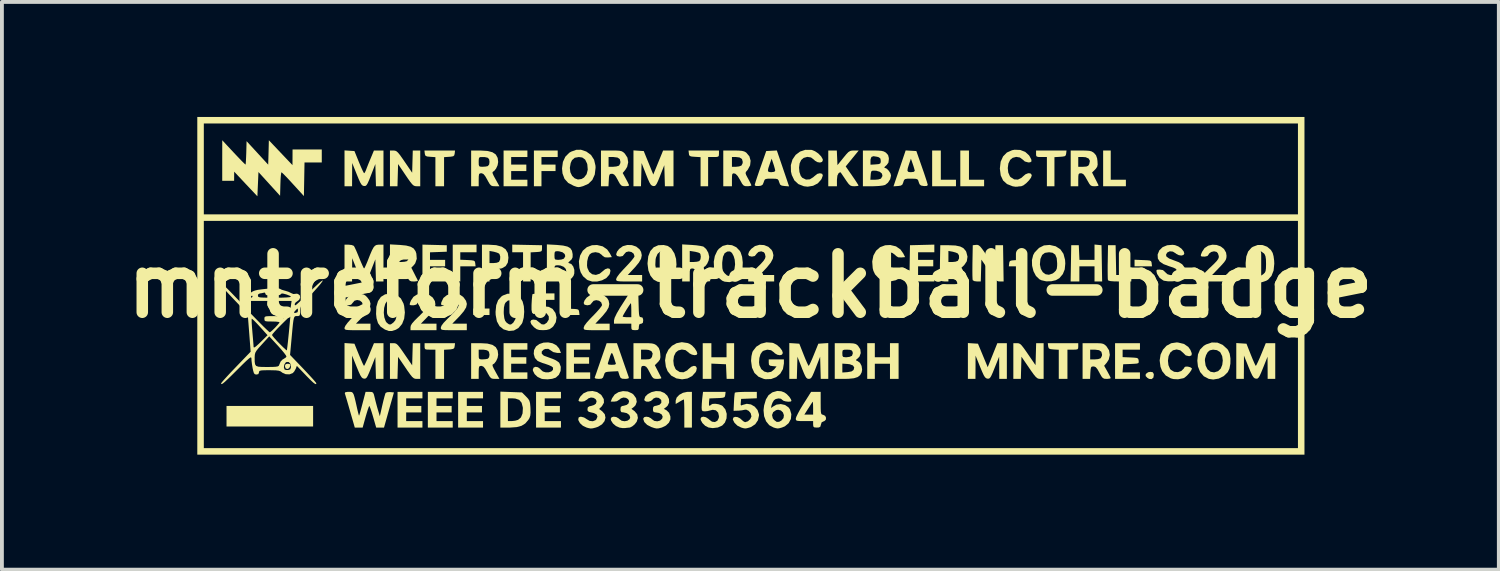
<source format=kicad_pcb>
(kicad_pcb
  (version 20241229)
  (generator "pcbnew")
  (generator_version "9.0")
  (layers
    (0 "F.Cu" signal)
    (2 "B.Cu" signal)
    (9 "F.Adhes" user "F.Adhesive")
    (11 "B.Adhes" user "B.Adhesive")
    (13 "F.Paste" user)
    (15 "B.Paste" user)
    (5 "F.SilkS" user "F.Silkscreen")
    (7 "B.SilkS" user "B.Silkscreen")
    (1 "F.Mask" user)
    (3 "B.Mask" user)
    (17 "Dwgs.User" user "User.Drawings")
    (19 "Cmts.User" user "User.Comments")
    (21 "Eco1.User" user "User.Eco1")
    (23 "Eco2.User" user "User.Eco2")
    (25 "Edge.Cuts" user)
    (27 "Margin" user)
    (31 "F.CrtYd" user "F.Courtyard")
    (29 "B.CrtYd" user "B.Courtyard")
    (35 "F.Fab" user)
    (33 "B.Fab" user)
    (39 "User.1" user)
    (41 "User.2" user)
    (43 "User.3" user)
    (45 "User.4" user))
  (footprint "mntreform-trackball-badge"
    (layer "F.Cu")
    (at 16.517 4.403)
    (property "Reference" "mntreform-trackball-badge" (at 0 0 0) (layer "F.SilkS") (effects (font (size 1.524 1.524) (thickness 0.3))))
    (attr board_only exclude_from_pos_files exclude_from_bom)
    (fp_poly (pts (xy -11.402 3.669) (xy -13.66 3.669) (xy -13.66 3.133) (xy -11.402 3.133)) (stroke (width 0) (type solid)) (fill yes) (layer "F.SilkS"))
    (fp_poly (pts (xy -6.802 0.762) (xy -7.225 0.762) (xy -7.225 0.593) (xy -6.802 0.593)) (stroke (width 0) (type solid)) (fill yes) (layer "F.SilkS"))
    (fp_poly (pts (xy 4.967 -2.766) (xy 5.362 -2.766) (xy 5.362 -2.596) (xy 4.741 -2.596) (xy 4.741 -3.528) (xy 4.967 -3.528)) (stroke (width 0) (type solid)) (fill yes) (layer "F.SilkS"))
    (fp_poly (pts (xy 5.701 -2.766) (xy 6.096 -2.766) (xy 6.096 -2.596) (xy 5.475 -2.596) (xy 5.475 -3.528) (xy 5.701 -3.528)) (stroke (width 0) (type solid)) (fill yes) (layer "F.SilkS"))
    (fp_poly (pts (xy 9.398 -2.766) (xy 9.793 -2.766) (xy 9.793 -2.596) (xy 9.2 -2.596) (xy 9.2 -3.528) (xy 9.398 -3.528)) (stroke (width 0) (type solid)) (fill yes) (layer "F.SilkS"))
    (fp_poly (pts (xy -4.692 0.599) (xy -4.582 0.604) (xy -4.516 0.611) (xy -4.483 0.626) (xy -4.469 0.654) (xy -4.464 0.684) (xy -4.455 0.762) (xy -4.911 0.762) (xy -4.911 0.59)) (stroke (width 0) (type solid)) (fill yes) (layer "F.SilkS"))
    (fp_poly (pts (xy 7.197 -0.508) (xy 6.741 -0.508) (xy 6.75 -0.586) (xy 6.757 -0.625) (xy 6.775 -0.648) (xy 6.816 -0.661) (xy 6.891 -0.668) (xy 6.978 -0.671) (xy 7.197 -0.68)) (stroke (width 0) (type solid)) (fill yes) (layer "F.SilkS"))
    (fp_poly (pts (xy 10.238 -0.671) (xy 10.348 -0.666) (xy 10.413 -0.659) (xy 10.447 -0.644) (xy 10.461 -0.616) (xy 10.465 -0.586) (xy 10.474 -0.508) (xy 10.019 -0.508) (xy 10.019 -0.68)) (stroke (width 0) (type solid)) (fill yes) (layer "F.SilkS"))
    (fp_poly (pts (xy -12.01 2.041) (xy -11.998 2.078) (xy -12 2.095) (xy -12.026 2.148) (xy -12.073 2.171) (xy -12.116 2.155) (xy -12.133 2.113) (xy -12.136 2.084) (xy -12.117 2.043) (xy -12.063 2.032)) (stroke (width 0) (type solid)) (fill yes) (layer "F.SilkS"))
    (fp_poly (pts (xy -5.024 -3.358) (xy -5.447 -3.358) (xy -5.447 -3.161) (xy -5.08 -3.161) (xy -5.08 -2.992) (xy -5.447 -2.992) (xy -5.447 -2.596) (xy -5.644 -2.596) (xy -5.644 -3.528) (xy -5.024 -3.528)) (stroke (width 0) (type solid)) (fill yes) (layer "F.SilkS"))
    (fp_poly (pts (xy -8.551 2.935) (xy -8.975 2.935) (xy -8.975 3.133) (xy -8.58 3.133) (xy -8.58 3.302) (xy -8.975 3.302) (xy -8.975 3.528) (xy -8.551 3.528) (xy -8.551 3.697) (xy -9.2 3.697) (xy -9.2 2.766) (xy -8.551 2.766)) (stroke (width 0) (type solid)) (fill yes) (layer "F.SilkS"))
    (fp_poly (pts (xy -7.761 2.935) (xy -8.184 2.935) (xy -8.184 3.133) (xy -7.789 3.133) (xy -7.789 3.302) (xy -8.184 3.302) (xy -8.184 3.528) (xy -7.761 3.528) (xy -7.761 3.697) (xy -8.41 3.697) (xy -8.41 2.766) (xy -7.761 2.766)) (stroke (width 0) (type solid)) (fill yes) (layer "F.SilkS"))
    (fp_poly (pts (xy -6.971 2.935) (xy -7.394 2.935) (xy -7.394 3.133) (xy -6.999 3.133) (xy -6.999 3.302) (xy -7.394 3.302) (xy -7.394 3.528) (xy -6.971 3.528) (xy -6.971 3.697) (xy -7.62 3.697) (xy -7.62 2.766) (xy -6.971 2.766)) (stroke (width 0) (type solid)) (fill yes) (layer "F.SilkS"))
    (fp_poly (pts (xy -5.814 -3.358) (xy -6.237 -3.358) (xy -6.237 -3.161) (xy -5.842 -3.161) (xy -5.842 -2.992) (xy -6.237 -2.992) (xy -6.237 -2.766) (xy -5.814 -2.766) (xy -5.814 -2.596) (xy -6.435 -2.596) (xy -6.435 -3.528) (xy -5.814 -3.528)) (stroke (width 0) (type solid)) (fill yes) (layer "F.SilkS"))
    (fp_poly (pts (xy -5.814 1.665) (xy -6.237 1.665) (xy -6.237 1.863) (xy -5.842 1.863) (xy -5.842 2.032) (xy -6.237 2.032) (xy -6.237 2.258) (xy -5.814 2.258) (xy -5.814 2.427) (xy -6.435 2.427) (xy -6.435 1.496) (xy -5.814 1.496)) (stroke (width 0) (type solid)) (fill yes) (layer "F.SilkS"))
    (fp_poly (pts (xy -4.939 2.935) (xy -5.362 2.935) (xy -5.362 3.133) (xy -4.967 3.133) (xy -4.967 3.302) (xy -5.362 3.302) (xy -5.362 3.528) (xy -4.939 3.528) (xy -4.939 3.697) (xy -5.588 3.697) (xy -5.588 2.766) (xy -4.939 2.766)) (stroke (width 0) (type solid)) (fill yes) (layer "F.SilkS"))
    (fp_poly (pts (xy -4.177 1.665) (xy -4.6 1.665) (xy -4.6 1.863) (xy -4.205 1.863) (xy -4.205 2.032) (xy -4.6 2.032) (xy -4.6 2.258) (xy -4.177 2.258) (xy -4.177 2.427) (xy -4.798 2.427) (xy -4.798 1.496) (xy -4.177 1.496)) (stroke (width 0) (type solid)) (fill yes) (layer "F.SilkS"))
    (fp_poly (pts (xy -1.016 1.863) (xy -0.621 1.863) (xy -0.621 1.496) (xy -0.423 1.496) (xy -0.423 2.427) (xy -0.618 2.427) (xy -0.635 2.046) (xy -1.016 2.029) (xy -1.016 2.427) (xy -1.242 2.427) (xy -1.242 1.496) (xy -1.016 1.496)) (stroke (width 0) (type solid)) (fill yes) (layer "F.SilkS"))
    (fp_poly (pts (xy 3.246 1.863) (xy 3.641 1.863) (xy 3.641 1.496) (xy 3.866 1.496) (xy 3.866 2.427) (xy 3.641 2.427) (xy 3.641 2.032) (xy 3.246 2.032) (xy 3.246 2.427) (xy 3.048 2.427) (xy 3.048 1.496) (xy 3.246 1.496)) (stroke (width 0) (type solid)) (fill yes) (layer "F.SilkS"))
    (fp_poly (pts (xy 4.798 -0.875) (xy 4.374 -0.875) (xy 4.374 -0.677) (xy 4.77 -0.677) (xy 4.77 -0.508) (xy 4.374 -0.508) (xy 4.374 -0.282) (xy 4.798 -0.282) (xy 4.798 -0.113) (xy 4.147 -0.113) (xy 4.163 -1.058) (xy 4.798 -1.074)) (stroke (width 0) (type solid)) (fill yes) (layer "F.SilkS"))
    (fp_poly (pts (xy 9.158 -1.058) (xy 9.174 -0.113) (xy 8.975 -0.113) (xy 8.975 -0.508) (xy 8.58 -0.508) (xy 8.58 -0.113) (xy 8.352 -0.113) (xy 8.368 -1.058) (xy 8.565 -1.058) (xy 8.582 -0.677) (xy 8.975 -0.677) (xy 8.975 -1.076)) (stroke (width 0) (type solid)) (fill yes) (layer "F.SilkS"))
    (fp_poly (pts (xy 10.492 2.253) (xy 10.517 2.293) (xy 10.522 2.319) (xy 10.51 2.394) (xy 10.465 2.433) (xy 10.399 2.428) (xy 10.353 2.4) (xy 10.309 2.354) (xy 10.309 2.313) (xy 10.318 2.295) (xy 10.372 2.254) (xy 10.431 2.244)) (stroke (width 0) (type solid)) (fill yes) (layer "F.SilkS"))
    (fp_poly (pts (xy -7.916 -1.058) (xy -7.916 -0.889) (xy -8.135 -0.881) (xy -8.354 -0.873) (xy -8.354 -0.677) (xy -7.959 -0.677) (xy -7.959 -0.508) (xy -8.354 -0.508) (xy -8.354 -0.282) (xy -7.902 -0.282) (xy -7.902 -0.113) (xy -8.551 -0.113) (xy -8.551 -1.074)) (stroke (width 0) (type solid)) (fill yes) (layer "F.SilkS"))
    (fp_poly (pts (xy -5.821 -1.066) (xy -5.433 -1.058) (xy -5.433 -0.974) (xy -5.436 -0.924) (xy -5.455 -0.898) (xy -5.504 -0.886) (xy -5.581 -0.88) (xy -5.729 -0.872) (xy -5.729 -0.113) (xy -5.927 -0.113) (xy -5.927 -0.875) (xy -6.209 -0.875) (xy -6.209 -1.074)) (stroke (width 0) (type solid)) (fill yes) (layer "F.SilkS"))
    (fp_poly (pts (xy 12.745 -0.305) (xy 12.767 -0.285) (xy 12.806 -0.233) (xy 12.802 -0.188) (xy 12.796 -0.176) (xy 12.748 -0.138) (xy 12.681 -0.117) (xy 12.622 -0.121) (xy 12.607 -0.13) (xy 12.586 -0.186) (xy 12.599 -0.254) (xy 12.639 -0.307) (xy 12.647 -0.312) (xy 12.698 -0.328)) (stroke (width 0) (type solid)) (fill yes) (layer "F.SilkS"))
    (fp_poly (pts (xy -7.14 -0.875) (xy -7.564 -0.875) (xy -7.564 -0.68) (xy -7.373 -0.672) (xy -7.272 -0.666) (xy -7.214 -0.656) (xy -7.186 -0.637) (xy -7.176 -0.602) (xy -7.174 -0.586) (xy -7.165 -0.508) (xy -7.564 -0.508) (xy -7.564 -0.113) (xy -7.761 -0.113) (xy -7.761 -1.072) (xy -7.14 -1.072)) (stroke (width 0) (type solid)) (fill yes) (layer "F.SilkS"))
    (fp_poly (pts (xy -7.71 -3.45) (xy -7.721 -3.403) (xy -7.749 -3.378) (xy -7.812 -3.367) (xy -7.853 -3.364) (xy -7.987 -3.355) (xy -7.987 -2.596) (xy -8.213 -2.596) (xy -8.213 -3.355) (xy -8.347 -3.364) (xy -8.428 -3.372) (xy -8.47 -3.39) (xy -8.486 -3.426) (xy -8.49 -3.45) (xy -8.499 -3.528) (xy -7.701 -3.528)) (stroke (width 0) (type solid)) (fill yes) (layer "F.SilkS"))
    (fp_poly (pts (xy -7.71 1.573) (xy -7.721 1.621) (xy -7.749 1.645) (xy -7.812 1.657) (xy -7.853 1.66) (xy -7.987 1.668) (xy -7.987 2.427) (xy -8.213 2.427) (xy -8.213 1.665) (xy -8.354 1.665) (xy -8.437 1.663) (xy -8.479 1.652) (xy -8.493 1.622) (xy -8.495 1.58) (xy -8.495 1.496) (xy -7.701 1.496)) (stroke (width 0) (type solid)) (fill yes) (layer "F.SilkS"))
    (fp_poly (pts (xy -0.818 -3.443) (xy -0.822 -3.393) (xy -0.84 -3.368) (xy -0.89 -3.359) (xy -0.96 -3.358) (xy -1.101 -3.358) (xy -1.101 -2.596) (xy -1.298 -2.596) (xy -1.298 -3.355) (xy -1.446 -3.364) (xy -1.533 -3.371) (xy -1.579 -3.386) (xy -1.598 -3.416) (xy -1.603 -3.45) (xy -1.612 -3.528) (xy -0.818 -3.528)) (stroke (width 0) (type solid)) (fill yes) (layer "F.SilkS"))
    (fp_poly (pts (xy 8.236 -3.45) (xy 8.226 -3.405) (xy 8.2 -3.38) (xy 8.143 -3.369) (xy 8.079 -3.364) (xy 7.93 -3.355) (xy 7.93 -2.596) (xy 7.733 -2.596) (xy 7.733 -3.358) (xy 7.592 -3.358) (xy 7.508 -3.36) (xy 7.467 -3.372) (xy 7.452 -3.401) (xy 7.451 -3.443) (xy 7.451 -3.528) (xy 8.245 -3.528)) (stroke (width 0) (type solid)) (fill yes) (layer "F.SilkS"))
    (fp_poly (pts (xy 8.551 1.58) (xy 8.548 1.631) (xy 8.529 1.656) (xy 8.48 1.664) (xy 8.41 1.665) (xy 8.269 1.665) (xy 8.269 2.427) (xy 8.043 2.427) (xy 8.043 1.668) (xy 7.909 1.66) (xy 7.828 1.651) (xy 7.786 1.634) (xy 7.77 1.597) (xy 7.766 1.573) (xy 7.757 1.496) (xy 8.551 1.496)) (stroke (width 0) (type solid)) (fill yes) (layer "F.SilkS"))
    (fp_poly (pts (xy 9.533 -0.67) (xy 9.541 -0.282) (xy 9.934 -0.282) (xy 9.934 -0.113) (xy 9.637 -0.113) (xy 9.491 -0.115) (xy 9.395 -0.122) (xy 9.342 -0.135) (xy 9.326 -0.149) (xy 9.321 -0.189) (xy 9.319 -0.275) (xy 9.318 -0.395) (xy 9.318 -0.54) (xy 9.32 -0.622) (xy 9.327 -1.058) (xy 9.525 -1.058)) (stroke (width 0) (type solid)) (fill yes) (layer "F.SilkS"))
    (fp_poly (pts (xy 14.45 4.403) (xy -14.422 4.403) (xy -14.422 4.233) (xy -14.252 4.233) (xy 14.28 4.233) (xy 14.28 -1.693) (xy -14.252 -1.693) (xy -14.252 4.233) (xy -14.422 4.233) (xy -14.422 -1.863) (xy -14.252 -1.863) (xy 14.28 -1.863) (xy 14.28 -4.233) (xy -14.252 -4.233) (xy -14.252 -1.863) (xy -14.422 -1.863) (xy -14.422 -4.403) (xy 14.45 -4.403)) (stroke (width 0) (type solid)) (fill yes) (layer "F.SilkS"))
    (fp_poly (pts (xy -1.524 3.697) (xy -1.722 3.697) (xy -1.722 3.33) (xy -1.722 3.194) (xy -1.725 3.08) (xy -1.729 3) (xy -1.733 2.964) (xy -1.734 2.963) (xy -1.764 2.976) (xy -1.823 3.009) (xy -1.847 3.023) (xy -1.947 3.082) (xy -1.947 2.995) (xy -1.921 2.914) (xy -1.853 2.843) (xy -1.757 2.79) (xy -1.646 2.766) (xy -1.63 2.766) (xy -1.524 2.766)) (stroke (width 0) (type solid)) (fill yes) (layer "F.SilkS"))
    (fp_poly (pts (xy 10.16 1.665) (xy 9.708 1.665) (xy 9.708 1.86) (xy 9.913 1.868) (xy 10.019 1.874) (xy 10.08 1.882) (xy 10.111 1.899) (xy 10.123 1.93) (xy 10.126 1.953) (xy 10.129 1.992) (xy 10.117 2.016) (xy 10.08 2.028) (xy 10.006 2.034) (xy 9.929 2.038) (xy 9.723 2.046) (xy 9.714 2.152) (xy 9.705 2.258) (xy 10.16 2.258) (xy 10.16 2.427) (xy 9.511 2.427) (xy 9.511 1.496) (xy 10.16 1.496)) (stroke (width 0) (type solid)) (fill yes) (layer "F.SilkS"))
    (fp_poly (pts (xy -9.265 -3.524) (xy -9.229 -3.509) (xy -9.189 -3.474) (xy -9.138 -3.412) (xy -9.069 -3.315) (xy -9.017 -3.239) (xy -8.819 -2.949) (xy -8.811 -3.239) (xy -8.803 -3.528) (xy -8.608 -3.528) (xy -8.608 -2.596) (xy -8.701 -2.596) (xy -8.743 -2.6) (xy -8.779 -2.614) (xy -8.818 -2.648) (xy -8.868 -2.709) (xy -8.936 -2.805) (xy -8.991 -2.886) (xy -9.186 -3.175) (xy -9.202 -2.596) (xy -9.398 -2.596) (xy -9.398 -3.528) (xy -9.306 -3.528)) (stroke (width 0) (type solid)) (fill yes) (layer "F.SilkS"))
    (fp_poly (pts (xy -9.265 1.499) (xy -9.229 1.514) (xy -9.189 1.549) (xy -9.138 1.612) (xy -9.069 1.709) (xy -9.017 1.785) (xy -8.819 2.074) (xy -8.811 1.785) (xy -8.803 1.496) (xy -8.608 1.496) (xy -8.608 2.427) (xy -8.701 2.427) (xy -8.743 2.424) (xy -8.779 2.409) (xy -8.819 2.375) (xy -8.869 2.313) (xy -8.938 2.217) (xy -8.99 2.14) (xy -9.186 1.853) (xy -9.194 2.14) (xy -9.202 2.427) (xy -9.398 2.427) (xy -9.398 1.496) (xy -9.306 1.496)) (stroke (width 0) (type solid)) (fill yes) (layer "F.SilkS"))
    (fp_poly (pts (xy 6.993 1.499) (xy 7.03 1.514) (xy 7.069 1.548) (xy 7.119 1.61) (xy 7.188 1.706) (xy 7.241 1.783) (xy 7.437 2.07) (xy 7.445 1.783) (xy 7.453 1.496) (xy 7.648 1.496) (xy 7.648 2.427) (xy 7.556 2.427) (xy 7.516 2.423) (xy 7.479 2.407) (xy 7.439 2.371) (xy 7.387 2.308) (xy 7.317 2.21) (xy 7.267 2.137) (xy 7.07 1.849) (xy 7.062 2.138) (xy 7.054 2.427) (xy 6.858 2.427) (xy 6.858 1.496) (xy 6.951 1.496)) (stroke (width 0) (type solid)) (fill yes) (layer "F.SilkS"))
    (fp_poly (pts (xy 5.936 1.51) (xy 6.063 1.816) (xy 6.19 2.122) (xy 6.441 1.496) (xy 6.689 1.496) (xy 6.689 2.427) (xy 6.491 2.427) (xy 6.49 2.138) (xy 6.488 1.849) (xy 6.371 2.139) (xy 6.32 2.266) (xy 6.282 2.349) (xy 6.252 2.397) (xy 6.225 2.419) (xy 6.195 2.422) (xy 6.184 2.421) (xy 6.15 2.411) (xy 6.119 2.384) (xy 6.086 2.331) (xy 6.045 2.242) (xy 5.993 2.117) (xy 5.873 1.82) (xy 5.872 2.124) (xy 5.87 2.427) (xy 5.673 2.427) (xy 5.673 1.493)) (stroke (width 0) (type solid)) (fill yes) (layer "F.SilkS"))
    (fp_poly (pts (xy -2.914 -3.522) (xy -2.78 -3.514) (xy -2.531 -2.902) (xy -2.403 -3.215) (xy -2.275 -3.528) (xy -2.004 -3.528) (xy -2.004 -2.596) (xy -2.228 -2.596) (xy -2.236 -2.871) (xy -2.244 -3.145) (xy -2.353 -2.869) (xy -2.402 -2.746) (xy -2.439 -2.666) (xy -2.468 -2.622) (xy -2.495 -2.603) (xy -2.527 -2.601) (xy -2.533 -2.602) (xy -2.566 -2.612) (xy -2.597 -2.639) (xy -2.629 -2.692) (xy -2.669 -2.78) (xy -2.72 -2.906) (xy -2.836 -3.202) (xy -2.844 -2.899) (xy -2.852 -2.596) (xy -3.048 -2.596) (xy -3.048 -3.531)) (stroke (width 0) (type solid)) (fill yes) (layer "F.SilkS"))
    (fp_poly (pts (xy 5.957 -1.055) (xy 5.995 -1.023) (xy 6.043 -0.964) (xy 6.11 -0.869) (xy 6.168 -0.785) (xy 6.364 -0.494) (xy 6.392 -1.058) (xy 6.59 -1.058) (xy 6.605 -0.113) (xy 6.51 -0.113) (xy 6.468 -0.116) (xy 6.431 -0.13) (xy 6.392 -0.163) (xy 6.342 -0.224) (xy 6.275 -0.318) (xy 6.22 -0.398) (xy 6.025 -0.683) (xy 6.009 -0.113) (xy 5.911 -0.113) (xy 5.841 -0.122) (xy 5.8 -0.146) (xy 5.798 -0.149) (xy 5.794 -0.189) (xy 5.791 -0.275) (xy 5.79 -0.395) (xy 5.791 -0.54) (xy 5.792 -0.622) (xy 5.8 -1.058) (xy 5.885 -1.067) (xy 5.923 -1.067)) (stroke (width 0) (type solid)) (fill yes) (layer "F.SilkS"))
    (fp_poly (pts (xy -6.823 -1.072) (xy -6.629 -1.06) (xy -6.483 -1.02) (xy -6.383 -0.953) (xy -6.325 -0.856) (xy -6.308 -0.732) (xy -6.325 -0.604) (xy -6.38 -0.514) (xy -6.477 -0.457) (xy -6.619 -0.43) (xy -6.631 -0.429) (xy -6.802 -0.417) (xy -6.802 -0.113) (xy -6.999 -0.113) (xy -6.999 -0.909) (xy -6.802 -0.909) (xy -6.802 -0.593) (xy -6.694 -0.593) (xy -6.615 -0.601) (xy -6.559 -0.622) (xy -6.553 -0.627) (xy -6.526 -0.685) (xy -6.522 -0.762) (xy -6.542 -0.826) (xy -6.555 -0.841) (xy -6.605 -0.865) (xy -6.682 -0.887) (xy -6.696 -0.89) (xy -6.802 -0.909) (xy -6.999 -0.909) (xy -6.999 -1.072)) (stroke (width 0) (type solid)) (fill yes) (layer "F.SilkS"))
    (fp_poly (pts (xy -10.324 -3.514) (xy -10.207 -3.225) (xy -10.158 -3.109) (xy -10.116 -3.015) (xy -10.085 -2.954) (xy -10.071 -2.935) (xy -10.05 -2.959) (xy -10.025 -3.013) (xy -10.002 -3.075) (xy -9.964 -3.171) (xy -9.918 -3.283) (xy -9.907 -3.309) (xy -9.816 -3.528) (xy -9.567 -3.528) (xy -9.567 -2.596) (xy -9.763 -2.596) (xy -9.779 -3.175) (xy -9.892 -2.885) (xy -9.942 -2.757) (xy -9.979 -2.674) (xy -10.008 -2.627) (xy -10.035 -2.605) (xy -10.065 -2.602) (xy -10.075 -2.602) (xy -10.109 -2.612) (xy -10.139 -2.639) (xy -10.172 -2.693) (xy -10.213 -2.782) (xy -10.264 -2.907) (xy -10.383 -3.203) (xy -10.386 -2.596) (xy -10.583 -2.596) (xy -10.583 -3.531)) (stroke (width 0) (type solid)) (fill yes) (layer "F.SilkS"))
    (fp_poly (pts (xy -10.324 1.51) (xy -10.207 1.799) (xy -10.158 1.915) (xy -10.117 2.009) (xy -10.087 2.07) (xy -10.074 2.088) (xy -10.058 2.064) (xy -10.026 1.997) (xy -9.982 1.9) (xy -9.937 1.792) (xy -9.815 1.496) (xy -9.567 1.496) (xy -9.567 2.427) (xy -9.763 2.427) (xy -9.771 2.143) (xy -9.779 1.859) (xy -9.892 2.144) (xy -9.943 2.27) (xy -9.98 2.351) (xy -10.009 2.398) (xy -10.036 2.418) (xy -10.067 2.422) (xy -10.075 2.421) (xy -10.109 2.411) (xy -10.139 2.384) (xy -10.172 2.331) (xy -10.213 2.242) (xy -10.265 2.117) (xy -10.385 1.82) (xy -10.385 2.124) (xy -10.386 2.427) (xy -10.583 2.427) (xy -10.583 1.493)) (stroke (width 0) (type solid)) (fill yes) (layer "F.SilkS"))
    (fp_poly (pts (xy 12.938 1.51) (xy 13.052 1.799) (xy 13.099 1.915) (xy 13.14 2.009) (xy 13.169 2.07) (xy 13.182 2.088) (xy 13.198 2.064) (xy 13.231 1.997) (xy 13.275 1.899) (xy 13.32 1.792) (xy 13.441 1.496) (xy 13.688 1.496) (xy 13.688 2.427) (xy 13.49 2.427) (xy 13.489 2.138) (xy 13.487 1.849) (xy 13.371 2.139) (xy 13.319 2.266) (xy 13.281 2.349) (xy 13.251 2.397) (xy 13.224 2.419) (xy 13.194 2.422) (xy 13.183 2.421) (xy 13.149 2.411) (xy 13.119 2.384) (xy 13.085 2.331) (xy 13.044 2.242) (xy 12.992 2.117) (xy 12.872 1.82) (xy 12.871 2.124) (xy 12.869 2.427) (xy 12.672 2.427) (xy 12.672 1.493)) (stroke (width 0) (type solid)) (fill yes) (layer "F.SilkS"))
    (fp_poly (pts (xy -6.238 2.77) (xy -5.956 2.78) (xy -5.85 2.886) (xy -5.795 2.945) (xy -5.762 2.997) (xy -5.745 3.061) (xy -5.736 3.156) (xy -5.734 3.196) (xy -5.731 3.31) (xy -5.739 3.387) (xy -5.76 3.448) (xy -5.791 3.5) (xy -5.87 3.591) (xy -5.967 3.651) (xy -6.095 3.685) (xy -6.264 3.697) (xy -6.287 3.697) (xy -6.519 3.697) (xy -6.519 3.528) (xy -6.322 3.528) (xy -6.224 3.528) (xy -6.134 3.518) (xy -6.057 3.496) (xy -5.982 3.432) (xy -5.94 3.328) (xy -5.932 3.192) (xy -5.934 3.169) (xy -5.965 3.049) (xy -6.027 2.975) (xy -6.128 2.94) (xy -6.198 2.935) (xy -6.322 2.935) (xy -6.322 3.528) (xy -6.519 3.528) (xy -6.519 2.76)) (stroke (width 0) (type solid)) (fill yes) (layer "F.SilkS"))
    (fp_poly (pts (xy 2.272 -3.147) (xy 2.425 -3.337) (xy 2.501 -3.429) (xy 2.555 -3.486) (xy 2.599 -3.515) (xy 2.648 -3.526) (xy 2.702 -3.528) (xy 2.826 -3.528) (xy 2.487 -3.113) (xy 2.654 -2.872) (xy 2.724 -2.77) (xy 2.779 -2.686) (xy 2.814 -2.63) (xy 2.822 -2.613) (xy 2.797 -2.603) (xy 2.735 -2.597) (xy 2.71 -2.596) (xy 2.651 -2.6) (xy 2.607 -2.616) (xy 2.564 -2.655) (xy 2.511 -2.727) (xy 2.48 -2.773) (xy 2.422 -2.859) (xy 2.377 -2.925) (xy 2.354 -2.959) (xy 2.353 -2.96) (xy 2.327 -2.954) (xy 2.301 -2.936) (xy 2.27 -2.876) (xy 2.258 -2.764) (xy 2.258 -2.748) (xy 2.258 -2.596) (xy 2.032 -2.596) (xy 2.032 -3.528) (xy 2.255 -3.528)) (stroke (width 0) (type solid)) (fill yes) (layer "F.SilkS"))
    (fp_poly (pts (xy 2.032 2.427) (xy 1.836 2.427) (xy 1.828 2.138) (xy 1.82 1.849) (xy 1.707 2.138) (xy 1.656 2.266) (xy 1.619 2.349) (xy 1.589 2.398) (xy 1.56 2.421) (xy 1.528 2.427) (xy 1.524 2.427) (xy 1.491 2.422) (xy 1.462 2.401) (xy 1.433 2.356) (xy 1.396 2.276) (xy 1.346 2.153) (xy 1.341 2.138) (xy 1.228 1.849) (xy 1.22 2.138) (xy 1.212 2.427) (xy 1.016 2.427) (xy 1.016 1.493) (xy 1.147 1.501) (xy 1.277 1.51) (xy 1.391 1.799) (xy 1.438 1.916) (xy 1.479 2.01) (xy 1.509 2.071) (xy 1.522 2.088) (xy 1.538 2.064) (xy 1.571 1.997) (xy 1.614 1.9) (xy 1.656 1.799) (xy 1.773 1.51) (xy 1.902 1.501) (xy 2.032 1.493)) (stroke (width 0) (type solid)) (fill yes) (layer "F.SilkS"))
    (fp_poly (pts (xy 0.358 -1.062) (xy 0.468 -1.018) (xy 0.553 -0.938) (xy 0.581 -0.887) (xy 0.602 -0.798) (xy 0.586 -0.706) (xy 0.531 -0.603) (xy 0.433 -0.481) (xy 0.392 -0.437) (xy 0.246 -0.282) (xy 0.621 -0.282) (xy 0.621 -0.113) (xy -0.056 -0.113) (xy -0.056 -0.183) (xy -0.042 -0.231) (xy 0.004 -0.298) (xy 0.087 -0.388) (xy 0.169 -0.469) (xy 0.276 -0.574) (xy 0.345 -0.652) (xy 0.382 -0.71) (xy 0.395 -0.757) (xy 0.395 -0.762) (xy 0.381 -0.832) (xy 0.354 -0.874) (xy 0.285 -0.899) (xy 0.211 -0.883) (xy 0.158 -0.831) (xy 0.156 -0.826) (xy 0.116 -0.777) (xy 0.044 -0.762) (xy 0.036 -0.762) (xy -0.034 -0.777) (xy -0.057 -0.821) (xy -0.033 -0.89) (xy 0.022 -0.962) (xy 0.121 -1.036) (xy 0.238 -1.069)) (stroke (width 0) (type solid)) (fill yes) (layer "F.SilkS"))
    (fp_poly (pts (xy -8.471 0.207) (xy -8.366 0.244) (xy -8.281 0.308) (xy -8.226 0.399) (xy -8.213 0.483) (xy -8.223 0.549) (xy -8.258 0.62) (xy -8.324 0.707) (xy -8.428 0.82) (xy -8.434 0.826) (xy -8.592 0.988) (xy -8.184 0.988) (xy -8.184 1.157) (xy -8.862 1.157) (xy -8.862 1.079) (xy -8.853 1.034) (xy -8.82 0.98) (xy -8.757 0.908) (xy -8.658 0.81) (xy -8.636 0.79) (xy -8.518 0.671) (xy -8.443 0.579) (xy -8.409 0.506) (xy -8.412 0.446) (xy -8.444 0.401) (xy -8.512 0.367) (xy -8.59 0.372) (xy -8.653 0.412) (xy -8.669 0.437) (xy -8.708 0.489) (xy -8.773 0.507) (xy -8.796 0.508) (xy -8.859 0.506) (xy -8.884 0.491) (xy -8.877 0.449) (xy -8.85 0.382) (xy -8.785 0.287) (xy -8.692 0.227) (xy -8.584 0.201)) (stroke (width 0) (type solid)) (fill yes) (layer "F.SilkS"))
    (fp_poly (pts (xy -3.935 0.209) (xy -3.823 0.247) (xy -3.735 0.318) (xy -3.695 0.386) (xy -3.678 0.473) (xy -3.696 0.564) (xy -3.754 0.665) (xy -3.854 0.787) (xy -3.872 0.806) (xy -4.042 0.988) (xy -3.669 0.988) (xy -3.669 1.157) (xy -4.008 1.157) (xy -4.15 1.157) (xy -4.246 1.154) (xy -4.304 1.148) (xy -4.334 1.137) (xy -4.345 1.118) (xy -4.346 1.092) (xy -4.326 1.038) (xy -4.263 0.954) (xy -4.158 0.839) (xy -4.106 0.787) (xy -4.013 0.69) (xy -3.936 0.603) (xy -3.885 0.537) (xy -3.866 0.501) (xy -3.889 0.432) (xy -3.946 0.389) (xy -4.019 0.374) (xy -4.088 0.392) (xy -4.134 0.445) (xy -4.174 0.493) (xy -4.246 0.508) (xy -4.254 0.508) (xy -4.324 0.493) (xy -4.347 0.449) (xy -4.323 0.38) (xy -4.267 0.307) (xy -4.171 0.237) (xy -4.056 0.205)) (stroke (width 0) (type solid)) (fill yes) (layer "F.SilkS"))
    (fp_poly (pts (xy 12.161 -1.065) (xy 12.265 -1.027) (xy 12.35 -0.961) (xy 12.405 -0.867) (xy 12.418 -0.782) (xy 12.413 -0.725) (xy 12.396 -0.674) (xy 12.357 -0.616) (xy 12.289 -0.539) (xy 12.23 -0.477) (xy 12.042 -0.282) (xy 12.446 -0.282) (xy 12.446 -0.113) (xy 11.769 -0.113) (xy 11.769 -0.19) (xy 11.778 -0.236) (xy 11.811 -0.291) (xy 11.875 -0.363) (xy 11.974 -0.461) (xy 11.997 -0.482) (xy 12.099 -0.58) (xy 12.165 -0.65) (xy 12.201 -0.701) (xy 12.216 -0.743) (xy 12.216 -0.775) (xy 12.194 -0.844) (xy 12.161 -0.883) (xy 12.092 -0.9) (xy 12.018 -0.882) (xy 11.962 -0.839) (xy 11.952 -0.818) (xy 11.921 -0.777) (xy 11.855 -0.762) (xy 11.837 -0.762) (xy 11.773 -0.764) (xy 11.747 -0.779) (xy 11.753 -0.821) (xy 11.781 -0.888) (xy 11.846 -0.985) (xy 11.94 -1.046) (xy 12.048 -1.072)) (stroke (width 0) (type solid)) (fill yes) (layer "F.SilkS"))
    (fp_poly (pts (xy -3.849 -1.028) (xy -3.734 -0.948) (xy -3.662 -0.845) (xy -3.612 -0.748) (xy -3.713 -0.739) (xy -3.793 -0.743) (xy -3.85 -0.779) (xy -3.87 -0.803) (xy -3.945 -0.858) (xy -4.039 -0.877) (xy -4.132 -0.86) (xy -4.189 -0.821) (xy -4.229 -0.746) (xy -4.254 -0.641) (xy -4.259 -0.529) (xy -4.25 -0.467) (xy -4.201 -0.363) (xy -4.123 -0.301) (xy -4.028 -0.284) (xy -3.93 -0.315) (xy -3.866 -0.367) (xy -3.787 -0.432) (xy -3.717 -0.456) (xy -3.667 -0.442) (xy -3.647 -0.394) (xy -3.665 -0.316) (xy -3.679 -0.288) (xy -3.755 -0.203) (xy -3.867 -0.143) (xy -3.997 -0.111) (xy -4.127 -0.112) (xy -4.241 -0.148) (xy -4.262 -0.161) (xy -4.363 -0.249) (xy -4.425 -0.353) (xy -4.457 -0.466) (xy -4.471 -0.638) (xy -4.439 -0.79) (xy -4.369 -0.916) (xy -4.264 -1.007) (xy -4.13 -1.058) (xy -3.998 -1.064)) (stroke (width 0) (type solid)) (fill yes) (layer "F.SilkS"))
    (fp_poly (pts (xy -3.089 -1.061) (xy -2.977 -1.023) (xy -2.889 -0.952) (xy -2.849 -0.884) (xy -2.831 -0.797) (xy -2.849 -0.706) (xy -2.907 -0.605) (xy -3.008 -0.483) (xy -3.026 -0.464) (xy -3.196 -0.282) (xy -2.822 -0.282) (xy -2.822 -0.113) (xy -3.161 -0.113) (xy -3.304 -0.113) (xy -3.399 -0.116) (xy -3.457 -0.122) (xy -3.487 -0.134) (xy -3.498 -0.152) (xy -3.5 -0.175) (xy -3.478 -0.226) (xy -3.417 -0.31) (xy -3.317 -0.421) (xy -3.26 -0.481) (xy -3.167 -0.58) (xy -3.091 -0.667) (xy -3.039 -0.734) (xy -3.02 -0.77) (xy -3.02 -0.77) (xy -3.043 -0.838) (xy -3.1 -0.881) (xy -3.172 -0.896) (xy -3.241 -0.878) (xy -3.288 -0.826) (xy -3.327 -0.777) (xy -3.399 -0.762) (xy -3.407 -0.762) (xy -3.477 -0.777) (xy -3.5 -0.821) (xy -3.476 -0.89) (xy -3.42 -0.963) (xy -3.325 -1.033) (xy -3.209 -1.065)) (stroke (width 0) (type solid)) (fill yes) (layer "F.SilkS"))
    (fp_poly (pts (xy -7.68 0.206) (xy -7.575 0.23) (xy -7.496 0.284) (xy -7.473 0.308) (xy -7.414 0.392) (xy -7.392 0.473) (xy -7.411 0.562) (xy -7.473 0.664) (xy -7.578 0.787) (xy -7.615 0.826) (xy -7.773 0.988) (xy -7.394 0.988) (xy -7.394 1.157) (xy -7.733 1.157) (xy -7.876 1.157) (xy -7.971 1.155) (xy -8.029 1.149) (xy -8.059 1.137) (xy -8.07 1.118) (xy -8.072 1.09) (xy -8.054 1.04) (xy -8 0.967) (xy -7.905 0.868) (xy -7.848 0.813) (xy -7.721 0.685) (xy -7.639 0.584) (xy -7.601 0.503) (xy -7.603 0.439) (xy -7.62 0.409) (xy -7.684 0.37) (xy -7.761 0.37) (xy -7.828 0.405) (xy -7.851 0.437) (xy -7.889 0.489) (xy -7.951 0.507) (xy -7.98 0.508) (xy -8.045 0.504) (xy -8.066 0.484) (xy -8.059 0.435) (xy -8.058 0.431) (xy -8.004 0.317) (xy -7.91 0.241) (xy -7.783 0.205)) (stroke (width 0) (type solid)) (fill yes) (layer "F.SilkS"))
    (fp_poly (pts (xy 12.18 1.482) (xy 12.317 1.54) (xy 12.438 1.65) (xy 12.458 1.676) (xy 12.5 1.77) (xy 12.52 1.895) (xy 12.518 2.031) (xy 12.494 2.157) (xy 12.451 2.251) (xy 12.346 2.354) (xy 12.214 2.42) (xy 12.071 2.444) (xy 11.955 2.427) (xy 11.825 2.359) (xy 11.73 2.249) (xy 11.672 2.104) (xy 11.656 1.955) (xy 11.657 1.944) (xy 11.853 1.944) (xy 11.872 2.078) (xy 11.923 2.179) (xy 12 2.241) (xy 12.094 2.258) (xy 12.196 2.227) (xy 12.265 2.161) (xy 12.306 2.062) (xy 12.32 1.947) (xy 12.304 1.833) (xy 12.256 1.737) (xy 12.245 1.725) (xy 12.167 1.678) (xy 12.065 1.665) (xy 11.982 1.683) (xy 11.928 1.728) (xy 11.883 1.809) (xy 11.856 1.904) (xy 11.853 1.944) (xy 11.657 1.944) (xy 11.673 1.79) (xy 11.727 1.663) (xy 11.822 1.566) (xy 11.884 1.529) (xy 12.034 1.478)) (stroke (width 0) (type solid)) (fill yes) (layer "F.SilkS"))
    (fp_poly (pts (xy -1.639 1.492) (xy -1.594 1.508) (xy -1.519 1.557) (xy -1.449 1.632) (xy -1.399 1.713) (xy -1.383 1.771) (xy -1.405 1.802) (xy -1.458 1.809) (xy -1.525 1.794) (xy -1.588 1.761) (xy -1.614 1.736) (xy -1.692 1.677) (xy -1.788 1.661) (xy -1.882 1.687) (xy -1.945 1.739) (xy -1.992 1.835) (xy -2.008 1.953) (xy -1.995 2.07) (xy -1.953 2.167) (xy -1.935 2.189) (xy -1.841 2.249) (xy -1.743 2.255) (xy -1.648 2.207) (xy -1.614 2.173) (xy -1.539 2.11) (xy -1.471 2.087) (xy -1.419 2.101) (xy -1.396 2.146) (xy -1.41 2.219) (xy -1.427 2.252) (xy -1.517 2.353) (xy -1.639 2.417) (xy -1.78 2.439) (xy -1.926 2.415) (xy -1.933 2.413) (xy -2.065 2.34) (xy -2.158 2.226) (xy -2.203 2.111) (xy -2.224 1.946) (xy -2.2 1.796) (xy -2.137 1.666) (xy -2.043 1.564) (xy -1.925 1.497) (xy -1.788 1.47)) (stroke (width 0) (type solid)) (fill yes) (layer "F.SilkS"))
    (fp_poly (pts (xy 1.592 -3.544) (xy 1.6 -3.543) (xy 1.687 -3.509) (xy 1.774 -3.449) (xy 1.846 -3.375) (xy 1.887 -3.303) (xy 1.891 -3.277) (xy 1.87 -3.231) (xy 1.817 -3.214) (xy 1.75 -3.225) (xy 1.684 -3.263) (xy 1.66 -3.288) (xy 1.582 -3.347) (xy 1.486 -3.362) (xy 1.391 -3.336) (xy 1.326 -3.281) (xy 1.285 -3.194) (xy 1.27 -3.083) (xy 1.28 -2.968) (xy 1.313 -2.869) (xy 1.353 -2.818) (xy 1.451 -2.77) (xy 1.551 -2.776) (xy 1.644 -2.834) (xy 1.66 -2.85) (xy 1.746 -2.919) (xy 1.813 -2.935) (xy 1.873 -2.921) (xy 1.89 -2.876) (xy 1.862 -2.798) (xy 1.845 -2.767) (xy 1.757 -2.67) (xy 1.636 -2.608) (xy 1.496 -2.585) (xy 1.397 -2.596) (xy 1.253 -2.652) (xy 1.148 -2.749) (xy 1.081 -2.888) (xy 1.059 -2.981) (xy 1.056 -3.147) (xy 1.099 -3.294) (xy 1.181 -3.414) (xy 1.295 -3.5) (xy 1.434 -3.546)) (stroke (width 0) (type solid)) (fill yes) (layer "F.SilkS"))
    (fp_poly (pts (xy 3.799 -1.028) (xy 3.914 -0.948) (xy 3.987 -0.845) (xy 4.036 -0.748) (xy 3.936 -0.739) (xy 3.855 -0.743) (xy 3.798 -0.779) (xy 3.778 -0.803) (xy 3.703 -0.858) (xy 3.608 -0.877) (xy 3.515 -0.859) (xy 3.458 -0.82) (xy 3.418 -0.743) (xy 3.395 -0.637) (xy 3.393 -0.523) (xy 3.413 -0.427) (xy 3.476 -0.338) (xy 3.563 -0.293) (xy 3.661 -0.293) (xy 3.756 -0.342) (xy 3.782 -0.367) (xy 3.85 -0.422) (xy 3.919 -0.45) (xy 3.976 -0.449) (xy 4.005 -0.417) (xy 4.007 -0.402) (xy 3.978 -0.295) (xy 3.904 -0.207) (xy 3.792 -0.145) (xy 3.651 -0.115) (xy 3.605 -0.113) (xy 3.506 -0.117) (xy 3.438 -0.135) (xy 3.375 -0.176) (xy 3.332 -0.213) (xy 3.253 -0.298) (xy 3.209 -0.39) (xy 3.191 -0.46) (xy 3.178 -0.635) (xy 3.209 -0.789) (xy 3.279 -0.915) (xy 3.383 -1.007) (xy 3.516 -1.057) (xy 3.65 -1.064)) (stroke (width 0) (type solid)) (fill yes) (layer "F.SilkS"))
    (fp_poly (pts (xy -10.396 -1.064) (xy -10.343 -1.043) (xy -10.337 -1.037) (xy -10.315 -0.997) (xy -10.278 -0.918) (xy -10.233 -0.811) (xy -10.199 -0.727) (xy -10.152 -0.614) (xy -10.112 -0.523) (xy -10.084 -0.466) (xy -10.073 -0.452) (xy -10.055 -0.476) (xy -10.025 -0.541) (xy -9.986 -0.632) (xy -9.977 -0.656) (xy -9.915 -0.813) (xy -9.867 -0.925) (xy -9.827 -0.999) (xy -9.79 -1.043) (xy -9.75 -1.065) (xy -9.702 -1.072) (xy -9.68 -1.072) (xy -9.567 -1.072) (xy -9.567 -0.113) (xy -9.763 -0.113) (xy -9.771 -0.402) (xy -9.779 -0.691) (xy -9.892 -0.401) (xy -9.942 -0.274) (xy -9.979 -0.191) (xy -10.008 -0.143) (xy -10.035 -0.122) (xy -10.065 -0.118) (xy -10.074 -0.119) (xy -10.107 -0.129) (xy -10.138 -0.158) (xy -10.172 -0.214) (xy -10.214 -0.305) (xy -10.263 -0.423) (xy -10.383 -0.72) (xy -10.384 -0.416) (xy -10.386 -0.113) (xy -10.583 -0.113) (xy -10.583 -1.072) (xy -10.474 -1.072)) (stroke (width 0) (type solid)) (fill yes) (layer "F.SilkS"))
    (fp_poly (pts (xy -10.145 0.214) (xy -10.082 0.227) (xy -10.034 0.257) (xy -9.988 0.304) (xy -9.929 0.385) (xy -9.905 0.463) (xy -9.918 0.546) (xy -9.971 0.642) (xy -10.067 0.759) (xy -10.142 0.84) (xy -10.285 0.988) (xy -9.906 0.988) (xy -9.906 1.157) (xy -10.245 1.157) (xy -10.387 1.157) (xy -10.483 1.154) (xy -10.541 1.148) (xy -10.571 1.136) (xy -10.582 1.118) (xy -10.583 1.095) (xy -10.562 1.044) (xy -10.5 0.96) (xy -10.401 0.849) (xy -10.343 0.789) (xy -10.251 0.691) (xy -10.174 0.604) (xy -10.123 0.539) (xy -10.104 0.503) (xy -10.104 0.503) (xy -10.126 0.431) (xy -10.182 0.385) (xy -10.254 0.37) (xy -10.323 0.389) (xy -10.371 0.445) (xy -10.411 0.493) (xy -10.483 0.508) (xy -10.491 0.508) (xy -10.561 0.493) (xy -10.584 0.45) (xy -10.559 0.38) (xy -10.501 0.304) (xy -10.45 0.252) (xy -10.401 0.225) (xy -10.335 0.214) (xy -10.245 0.212)) (stroke (width 0) (type solid)) (fill yes) (layer "F.SilkS"))
    (fp_poly (pts (xy -4.286 -3.504) (xy -4.276 -3.5) (xy -4.155 -3.412) (xy -4.075 -3.287) (xy -4.038 -3.131) (xy -4.036 -3.079) (xy -4.057 -2.902) (xy -4.12 -2.762) (xy -4.223 -2.66) (xy -4.36 -2.599) (xy -4.436 -2.579) (xy -4.483 -2.573) (xy -4.529 -2.581) (xy -4.599 -2.605) (xy -4.609 -2.609) (xy -4.75 -2.683) (xy -4.846 -2.79) (xy -4.899 -2.932) (xy -4.911 -3.066) (xy -4.909 -3.076) (xy -4.707 -3.076) (xy -4.693 -2.961) (xy -4.648 -2.867) (xy -4.58 -2.802) (xy -4.496 -2.772) (xy -4.403 -2.785) (xy -4.337 -2.823) (xy -4.27 -2.91) (xy -4.24 -3.027) (xy -4.251 -3.161) (xy -4.259 -3.191) (xy -4.308 -3.292) (xy -4.384 -3.346) (xy -4.473 -3.358) (xy -4.579 -3.339) (xy -4.651 -3.276) (xy -4.685 -3.203) (xy -4.707 -3.076) (xy -4.909 -3.076) (xy -4.888 -3.23) (xy -4.824 -3.367) (xy -4.723 -3.469) (xy -4.674 -3.498) (xy -4.54 -3.546) (xy -4.417 -3.548)) (stroke (width 0) (type solid)) (fill yes) (layer "F.SilkS"))
    (fp_poly (pts (xy -6.201 0.207) (xy -6.082 0.25) (xy -5.985 0.332) (xy -5.939 0.409) (xy -5.907 0.532) (xy -5.897 0.679) (xy -5.909 0.827) (xy -5.942 0.953) (xy -5.96 0.99) (xy -6.051 1.102) (xy -6.166 1.166) (xy -6.296 1.178) (xy -6.435 1.136) (xy -6.54 1.053) (xy -6.609 0.927) (xy -6.641 0.761) (xy -6.644 0.684) (xy -6.431 0.684) (xy -6.429 0.738) (xy -6.416 0.845) (xy -6.394 0.913) (xy -6.357 0.959) (xy -6.352 0.964) (xy -6.288 1.007) (xy -6.241 1.008) (xy -6.188 0.967) (xy -6.182 0.961) (xy -6.131 0.876) (xy -6.103 0.76) (xy -6.1 0.634) (xy -6.121 0.515) (xy -6.167 0.425) (xy -6.176 0.415) (xy -6.249 0.375) (xy -6.323 0.385) (xy -6.386 0.441) (xy -6.406 0.479) (xy -6.426 0.566) (xy -6.431 0.684) (xy -6.644 0.684) (xy -6.644 0.677) (xy -6.627 0.505) (xy -6.577 0.374) (xy -6.491 0.278) (xy -6.454 0.253) (xy -6.33 0.206)) (stroke (width 0) (type solid)) (fill yes) (layer "F.SilkS"))
    (fp_poly (pts (xy -2.156 -1.04) (xy -2.076 -0.985) (xy -2.055 -0.963) (xy -1.98 -0.844) (xy -1.937 -0.702) (xy -1.926 -0.55) (xy -1.946 -0.402) (xy -1.996 -0.272) (xy -2.075 -0.173) (xy -2.1 -0.154) (xy -2.198 -0.114) (xy -2.315 -0.096) (xy -2.413 -0.104) (xy -2.521 -0.16) (xy -2.604 -0.262) (xy -2.659 -0.401) (xy -2.677 -0.539) (xy -2.478 -0.539) (xy -2.455 -0.41) (xy -2.404 -0.316) (xy -2.397 -0.309) (xy -2.341 -0.264) (xy -2.291 -0.263) (xy -2.232 -0.306) (xy -2.214 -0.323) (xy -2.174 -0.374) (xy -2.153 -0.433) (xy -2.145 -0.522) (xy -2.145 -0.562) (xy -2.156 -0.718) (xy -2.191 -0.824) (xy -2.251 -0.883) (xy -2.278 -0.893) (xy -2.357 -0.888) (xy -2.42 -0.832) (xy -2.462 -0.734) (xy -2.471 -0.688) (xy -2.478 -0.539) (xy -2.677 -0.539) (xy -2.681 -0.571) (xy -2.681 -0.593) (xy -2.662 -0.77) (xy -2.607 -0.908) (xy -2.519 -1.006) (xy -2.401 -1.058) (xy -2.261 -1.064)) (stroke (width 0) (type solid)) (fill yes) (layer "F.SilkS"))
    (fp_poly (pts (xy 0.851 -3.061) (xy 1.01 -2.593) (xy 0.894 -2.602) (xy 0.818 -2.613) (xy 0.777 -2.639) (xy 0.754 -2.696) (xy 0.752 -2.702) (xy 0.735 -2.752) (xy 0.711 -2.78) (xy 0.665 -2.791) (xy 0.581 -2.794) (xy 0.55 -2.794) (xy 0.454 -2.793) (xy 0.399 -2.784) (xy 0.371 -2.762) (xy 0.354 -2.719) (xy 0.349 -2.702) (xy 0.323 -2.64) (xy 0.28 -2.611) (xy 0.218 -2.602) (xy 0.142 -2.603) (xy 0.115 -2.625) (xy 0.114 -2.63) (xy 0.124 -2.668) (xy 0.149 -2.75) (xy 0.187 -2.864) (xy 0.234 -3.002) (xy 0.236 -3.007) (xy 0.458 -3.007) (xy 0.471 -2.975) (xy 0.51 -2.964) (xy 0.55 -2.963) (xy 0.624 -2.973) (xy 0.649 -3.001) (xy 0.64 -3.047) (xy 0.618 -3.126) (xy 0.602 -3.176) (xy 0.555 -3.315) (xy 0.505 -3.174) (xy 0.47 -3.07) (xy 0.458 -3.007) (xy 0.236 -3.007) (xy 0.265 -3.09) (xy 0.414 -3.514) (xy 0.553 -3.522) (xy 0.691 -3.529)) (stroke (width 0) (type solid)) (fill yes) (layer "F.SilkS"))
    (fp_poly (pts (xy 7.806 -1.066) (xy 7.963 -1.03) (xy 8.083 -0.953) (xy 8.165 -0.835) (xy 8.207 -0.677) (xy 8.213 -0.58) (xy 8.198 -0.427) (xy 8.149 -0.306) (xy 8.059 -0.199) (xy 8.059 -0.199) (xy 7.967 -0.146) (xy 7.845 -0.118) (xy 7.713 -0.117) (xy 7.592 -0.144) (xy 7.54 -0.169) (xy 7.448 -0.257) (xy 7.383 -0.381) (xy 7.347 -0.524) (xy 7.346 -0.557) (xy 7.551 -0.557) (xy 7.574 -0.443) (xy 7.626 -0.355) (xy 7.699 -0.301) (xy 7.786 -0.288) (xy 7.881 -0.32) (xy 7.922 -0.35) (xy 7.967 -0.396) (xy 7.991 -0.446) (xy 8 -0.52) (xy 8.001 -0.587) (xy 7.989 -0.723) (xy 7.951 -0.813) (xy 7.882 -0.862) (xy 7.79 -0.875) (xy 7.681 -0.859) (xy 7.61 -0.805) (xy 7.567 -0.707) (xy 7.563 -0.691) (xy 7.551 -0.557) (xy 7.346 -0.557) (xy 7.343 -0.67) (xy 7.376 -0.802) (xy 7.413 -0.869) (xy 7.527 -0.988) (xy 7.656 -1.053) (xy 7.803 -1.066)) (stroke (width 0) (type solid)) (fill yes) (layer "F.SilkS"))
    (fp_poly (pts (xy -12.248 -3.471) (xy -11.94 -3.147) (xy -11.939 -3.351) (xy -11.938 -3.556) (xy -11.176 -3.556) (xy -11.176 -3.217) (xy -11.626 -3.217) (xy -11.634 -2.779) (xy -11.642 -2.34) (xy -11.924 -2.649) (xy -12.024 -2.758) (xy -12.112 -2.851) (xy -12.179 -2.919) (xy -12.219 -2.956) (xy -12.226 -2.961) (xy -12.235 -2.936) (xy -12.244 -2.865) (xy -12.251 -2.761) (xy -12.255 -2.655) (xy -12.263 -2.347) (xy -12.545 -2.657) (xy -12.827 -2.967) (xy -12.855 -2.334) (xy -13.158 -2.655) (xy -13.46 -2.977) (xy -13.461 -2.857) (xy -13.462 -2.738) (xy -13.772 -2.738) (xy -13.772 -3.267) (xy -13.771 -3.796) (xy -13.654 -3.669) (xy -13.542 -3.549) (xy -13.434 -3.434) (xy -13.335 -3.33) (xy -13.253 -3.245) (xy -13.194 -3.187) (xy -13.165 -3.161) (xy -13.164 -3.161) (xy -13.159 -3.187) (xy -13.154 -3.258) (xy -13.149 -3.363) (xy -13.145 -3.467) (xy -13.137 -3.772) (xy -12.855 -3.466) (xy -12.573 -3.159) (xy -12.564 -3.477) (xy -12.556 -3.796)) (stroke (width 0) (type solid)) (fill yes) (layer "F.SilkS"))
    (fp_poly (pts (xy -9.349 0.205) (xy -9.214 0.245) (xy -9.113 0.331) (xy -9.045 0.461) (xy -9.028 0.523) (xy -9.009 0.696) (xy -9.027 0.856) (xy -9.08 0.993) (xy -9.164 1.096) (xy -9.242 1.145) (xy -9.345 1.178) (xy -9.429 1.178) (xy -9.522 1.144) (xy -9.537 1.136) (xy -9.642 1.065) (xy -9.71 0.973) (xy -9.748 0.848) (xy -9.76 0.737) (xy -9.759 0.702) (xy -9.559 0.702) (xy -9.545 0.824) (xy -9.509 0.924) (xy -9.481 0.962) (xy -9.424 1.006) (xy -9.375 1.007) (xy -9.315 0.963) (xy -9.298 0.947) (xy -9.257 0.896) (xy -9.236 0.836) (xy -9.229 0.747) (xy -9.229 0.709) (xy -9.233 0.604) (xy -9.245 0.512) (xy -9.256 0.468) (xy -9.303 0.407) (xy -9.373 0.375) (xy -9.445 0.381) (xy -9.469 0.395) (xy -9.52 0.47) (xy -9.55 0.578) (xy -9.559 0.702) (xy -9.759 0.702) (xy -9.753 0.549) (xy -9.71 0.399) (xy -9.634 0.289) (xy -9.526 0.223) (xy -9.391 0.202)) (stroke (width 0) (type solid)) (fill yes) (layer "F.SilkS"))
    (fp_poly (pts (xy -0.478 -1.059) (xy -0.365 -1.005) (xy -0.275 -0.911) (xy -0.254 -0.875) (xy -0.215 -0.756) (xy -0.198 -0.609) (xy -0.204 -0.46) (xy -0.234 -0.336) (xy -0.236 -0.331) (xy -0.313 -0.21) (xy -0.419 -0.13) (xy -0.543 -0.095) (xy -0.672 -0.108) (xy -0.733 -0.133) (xy -0.835 -0.215) (xy -0.907 -0.334) (xy -0.947 -0.476) (xy -0.951 -0.562) (xy -0.734 -0.562) (xy -0.73 -0.459) (xy -0.714 -0.391) (xy -0.68 -0.34) (xy -0.665 -0.323) (xy -0.61 -0.273) (xy -0.572 -0.257) (xy -0.529 -0.271) (xy -0.509 -0.282) (xy -0.451 -0.342) (xy -0.414 -0.439) (xy -0.398 -0.558) (xy -0.408 -0.682) (xy -0.435 -0.774) (xy -0.48 -0.858) (xy -0.53 -0.896) (xy -0.598 -0.894) (xy -0.604 -0.892) (xy -0.671 -0.849) (xy -0.714 -0.756) (xy -0.733 -0.614) (xy -0.734 -0.562) (xy -0.951 -0.562) (xy -0.954 -0.628) (xy -0.926 -0.777) (xy -0.863 -0.912) (xy -0.823 -0.963) (xy -0.721 -1.04) (xy -0.601 -1.071)) (stroke (width 0) (type solid)) (fill yes) (layer "F.SilkS"))
    (fp_poly (pts (xy 1.834 3.06) (xy 1.835 3.192) (xy 1.838 3.277) (xy 1.846 3.327) (xy 1.861 3.352) (xy 1.886 3.362) (xy 1.898 3.364) (xy 1.951 3.391) (xy 1.974 3.442) (xy 1.967 3.495) (xy 1.927 3.53) (xy 1.914 3.533) (xy 1.86 3.559) (xy 1.84 3.619) (xy 1.826 3.673) (xy 1.789 3.694) (xy 1.734 3.697) (xy 1.668 3.692) (xy 1.642 3.667) (xy 1.637 3.612) (xy 1.637 3.528) (xy 1.411 3.528) (xy 1.299 3.527) (xy 1.232 3.522) (xy 1.198 3.51) (xy 1.187 3.487) (xy 1.185 3.462) (xy 1.2 3.414) (xy 1.227 3.358) (xy 1.409 3.358) (xy 1.637 3.358) (xy 1.637 3.184) (xy 1.635 3.096) (xy 1.631 3.038) (xy 1.626 3.022) (xy 1.607 3.05) (xy 1.566 3.113) (xy 1.513 3.196) (xy 1.512 3.196) (xy 1.409 3.358) (xy 1.227 3.358) (xy 1.24 3.331) (xy 1.299 3.222) (xy 1.373 3.1) (xy 1.385 3.081) (xy 1.584 2.766) (xy 1.834 2.766)) (stroke (width 0) (type solid)) (fill yes) (layer "F.SilkS"))
    (fp_poly (pts (xy 4.19 -3.522) (xy 4.329 -3.514) (xy 4.477 -3.09) (xy 4.528 -2.944) (xy 4.571 -2.814) (xy 4.604 -2.712) (xy 4.623 -2.647) (xy 4.627 -2.63) (xy 4.606 -2.605) (xy 4.538 -2.601) (xy 4.524 -2.602) (xy 4.451 -2.615) (xy 4.413 -2.648) (xy 4.392 -2.702) (xy 4.376 -2.752) (xy 4.352 -2.78) (xy 4.306 -2.791) (xy 4.222 -2.794) (xy 4.191 -2.794) (xy 4.095 -2.793) (xy 4.04 -2.784) (xy 4.011 -2.762) (xy 3.994 -2.719) (xy 3.99 -2.702) (xy 3.966 -2.642) (xy 3.927 -2.614) (xy 3.854 -2.602) (xy 3.848 -2.602) (xy 3.733 -2.594) (xy 3.873 -3.007) (xy 4.096 -3.007) (xy 4.112 -2.975) (xy 4.156 -2.964) (xy 4.191 -2.963) (xy 4.262 -2.972) (xy 4.288 -2.998) (xy 4.288 -2.999) (xy 4.277 -3.044) (xy 4.254 -3.121) (xy 4.236 -3.174) (xy 4.187 -3.315) (xy 4.139 -3.176) (xy 4.106 -3.071) (xy 4.096 -3.007) (xy 3.873 -3.007) (xy 3.892 -3.062) (xy 4.05 -3.53)) (stroke (width 0) (type solid)) (fill yes) (layer "F.SilkS"))
    (fp_poly (pts (xy 11.154 1.479) (xy 11.308 1.516) (xy 11.42 1.593) (xy 11.474 1.668) (xy 11.51 1.757) (xy 11.507 1.81) (xy 11.462 1.833) (xy 11.432 1.834) (xy 11.354 1.815) (xy 11.289 1.75) (xy 11.289 1.75) (xy 11.211 1.682) (xy 11.116 1.66) (xy 11.021 1.682) (xy 10.952 1.739) (xy 10.906 1.835) (xy 10.89 1.953) (xy 10.903 2.07) (xy 10.945 2.167) (xy 10.963 2.189) (xy 11.05 2.242) (xy 11.148 2.252) (xy 11.238 2.222) (xy 11.306 2.154) (xy 11.321 2.124) (xy 11.353 2.106) (xy 11.412 2.108) (xy 11.473 2.124) (xy 11.511 2.15) (xy 11.515 2.161) (xy 11.495 2.209) (xy 11.447 2.275) (xy 11.386 2.342) (xy 11.326 2.393) (xy 11.294 2.41) (xy 11.152 2.438) (xy 11.033 2.432) (xy 10.964 2.413) (xy 10.832 2.339) (xy 10.74 2.226) (xy 10.695 2.111) (xy 10.674 1.947) (xy 10.697 1.796) (xy 10.759 1.665) (xy 10.854 1.562) (xy 10.976 1.497) (xy 11.119 1.476)) (stroke (width 0) (type solid)) (fill yes) (layer "F.SilkS"))
    (fp_poly (pts (xy -2.913 0.515) (xy -2.909 0.649) (xy -2.903 0.737) (xy -2.893 0.788) (xy -2.879 0.812) (xy -2.856 0.818) (xy -2.849 0.818) (xy -2.809 0.832) (xy -2.795 0.883) (xy -2.794 0.903) (xy -2.803 0.965) (xy -2.836 0.987) (xy -2.85 0.988) (xy -2.892 1.001) (xy -2.906 1.051) (xy -2.907 1.072) (xy -2.912 1.129) (xy -2.94 1.153) (xy -3.006 1.157) (xy -3.072 1.152) (xy -3.099 1.128) (xy -3.104 1.072) (xy -3.104 0.988) (xy -3.556 0.988) (xy -3.556 0.904) (xy -3.538 0.832) (xy -3.523 0.802) (xy -3.33 0.802) (xy -3.305 0.812) (xy -3.243 0.818) (xy -3.217 0.818) (xy -3.104 0.818) (xy -3.104 0.635) (xy -3.106 0.542) (xy -3.11 0.475) (xy -3.115 0.452) (xy -3.133 0.474) (xy -3.171 0.53) (xy -3.219 0.605) (xy -3.267 0.684) (xy -3.307 0.752) (xy -3.328 0.795) (xy -3.33 0.802) (xy -3.523 0.802) (xy -3.483 0.718) (xy -3.393 0.564) (xy -3.362 0.516) (xy -3.168 0.212) (xy -2.921 0.212)) (stroke (width 0) (type solid)) (fill yes) (layer "F.SilkS"))
    (fp_poly (pts (xy 0.57 1.485) (xy 0.603 1.494) (xy 0.691 1.541) (xy 0.771 1.611) (xy 0.828 1.689) (xy 0.847 1.752) (xy 0.825 1.795) (xy 0.772 1.81) (xy 0.705 1.798) (xy 0.64 1.761) (xy 0.616 1.736) (xy 0.54 1.68) (xy 0.443 1.665) (xy 0.346 1.692) (xy 0.312 1.715) (xy 0.265 1.782) (xy 0.235 1.883) (xy 0.227 1.996) (xy 0.237 2.073) (xy 0.285 2.171) (xy 0.361 2.235) (xy 0.452 2.26) (xy 0.544 2.242) (xy 0.622 2.18) (xy 0.683 2.103) (xy 0.581 2.094) (xy 0.513 2.083) (xy 0.485 2.056) (xy 0.48 2.002) (xy 0.48 1.919) (xy 0.875 1.919) (xy 0.875 2.025) (xy 0.85 2.171) (xy 0.78 2.292) (xy 0.675 2.381) (xy 0.543 2.431) (xy 0.394 2.436) (xy 0.352 2.428) (xy 0.211 2.37) (xy 0.107 2.272) (xy 0.043 2.134) (xy 0.019 1.96) (xy 0.019 1.947) (xy 0.029 1.833) (xy 0.053 1.732) (xy 0.066 1.703) (xy 0.155 1.588) (xy 0.278 1.51) (xy 0.42 1.474)) (stroke (width 0) (type solid)) (fill yes) (layer "F.SilkS"))
    (fp_poly (pts (xy 7.039 -3.542) (xy 7.168 -3.492) (xy 7.265 -3.404) (xy 7.281 -3.381) (xy 7.326 -3.296) (xy 7.332 -3.245) (xy 7.298 -3.221) (xy 7.25 -3.217) (xy 7.158 -3.242) (xy 7.107 -3.288) (xy 7.029 -3.346) (xy 6.933 -3.362) (xy 6.839 -3.337) (xy 6.775 -3.284) (xy 6.729 -3.188) (xy 6.713 -3.071) (xy 6.726 -2.953) (xy 6.768 -2.857) (xy 6.786 -2.835) (xy 6.879 -2.775) (xy 6.978 -2.769) (xy 7.072 -2.817) (xy 7.107 -2.85) (xy 7.175 -2.908) (xy 7.246 -2.936) (xy 7.303 -2.932) (xy 7.335 -2.896) (xy 7.338 -2.875) (xy 7.317 -2.817) (xy 7.263 -2.745) (xy 7.193 -2.674) (xy 7.121 -2.619) (xy 7.063 -2.596) (xy 7.061 -2.596) (xy 6.994 -2.591) (xy 6.966 -2.585) (xy 6.914 -2.584) (xy 6.84 -2.595) (xy 6.838 -2.596) (xy 6.694 -2.653) (xy 6.591 -2.746) (xy 6.529 -2.879) (xy 6.507 -3.051) (xy 6.507 -3.062) (xy 6.527 -3.235) (xy 6.59 -3.374) (xy 6.69 -3.476) (xy 6.826 -3.536) (xy 6.891 -3.548)) (stroke (width 0) (type solid)) (fill yes) (layer "F.SilkS"))
    (fp_poly (pts (xy -9.141 -1.066) (xy -8.977 -1.05) (xy -8.86 -1.02) (xy -8.78 -0.973) (xy -8.731 -0.903) (xy -8.71 -0.841) (xy -8.699 -0.704) (xy -8.739 -0.586) (xy -8.782 -0.532) (xy -8.841 -0.472) (xy -8.76 -0.314) (xy -8.717 -0.228) (xy -8.683 -0.162) (xy -8.67 -0.134) (xy -8.688 -0.121) (xy -8.746 -0.114) (xy -8.774 -0.113) (xy -8.837 -0.115) (xy -8.879 -0.131) (xy -8.914 -0.17) (xy -8.955 -0.244) (xy -8.975 -0.282) (xy -9.026 -0.376) (xy -9.067 -0.428) (xy -9.107 -0.449) (xy -9.13 -0.452) (xy -9.169 -0.448) (xy -9.19 -0.428) (xy -9.199 -0.379) (xy -9.2 -0.287) (xy -9.2 -0.282) (xy -9.2 -0.113) (xy -9.398 -0.113) (xy -9.398 -0.91) (xy -9.2 -0.91) (xy -9.2 -0.621) (xy -9.095 -0.621) (xy -9.014 -0.628) (xy -8.955 -0.643) (xy -8.95 -0.646) (xy -8.921 -0.692) (xy -8.912 -0.762) (xy -8.923 -0.827) (xy -8.936 -0.847) (xy -8.977 -0.867) (xy -9.051 -0.886) (xy -9.081 -0.891) (xy -9.2 -0.91) (xy -9.398 -0.91) (xy -9.398 -1.08)) (stroke (width 0) (type solid)) (fill yes) (layer "F.SilkS"))
    (fp_poly (pts (xy -3.498 -3.527) (xy -3.414 -3.522) (xy -3.359 -3.51) (xy -3.318 -3.488) (xy -3.278 -3.452) (xy -3.272 -3.445) (xy -3.205 -3.342) (xy -3.185 -3.222) (xy -3.212 -3.102) (xy -3.259 -3.026) (xy -3.329 -2.942) (xy -3.246 -2.791) (xy -3.201 -2.707) (xy -3.171 -2.644) (xy -3.161 -2.618) (xy -3.186 -2.604) (xy -3.248 -2.597) (xy -3.267 -2.597) (xy -3.326 -2.6) (xy -3.367 -2.618) (xy -3.404 -2.662) (xy -3.45 -2.744) (xy -3.457 -2.759) (xy -3.509 -2.851) (xy -3.551 -2.901) (xy -3.593 -2.92) (xy -3.612 -2.921) (xy -3.652 -2.917) (xy -3.675 -2.895) (xy -3.686 -2.842) (xy -3.691 -2.759) (xy -3.7 -2.596) (xy -3.895 -2.596) (xy -3.895 -3.104) (xy -3.697 -3.104) (xy -3.576 -3.104) (xy -3.493 -3.112) (xy -3.432 -3.131) (xy -3.421 -3.138) (xy -3.392 -3.193) (xy -3.387 -3.231) (xy -3.405 -3.304) (xy -3.465 -3.345) (xy -3.57 -3.358) (xy -3.576 -3.358) (xy -3.697 -3.358) (xy -3.697 -3.104) (xy -3.895 -3.104) (xy -3.895 -3.528) (xy -3.624 -3.528)) (stroke (width 0) (type solid)) (fill yes) (layer "F.SilkS"))
    (fp_poly (pts (xy 9.061 1.497) (xy 9.145 1.501) (xy 9.2 1.513) (xy 9.241 1.536) (xy 9.281 1.572) (xy 9.287 1.578) (xy 9.354 1.682) (xy 9.374 1.802) (xy 9.347 1.922) (xy 9.298 2) (xy 9.226 2.085) (xy 9.312 2.237) (xy 9.357 2.32) (xy 9.388 2.382) (xy 9.398 2.408) (xy 9.373 2.42) (xy 9.311 2.427) (xy 9.292 2.427) (xy 9.233 2.424) (xy 9.192 2.405) (xy 9.155 2.361) (xy 9.109 2.279) (xy 9.102 2.265) (xy 9.05 2.173) (xy 9.008 2.123) (xy 8.965 2.104) (xy 8.946 2.103) (xy 8.906 2.107) (xy 8.884 2.129) (xy 8.873 2.182) (xy 8.867 2.265) (xy 8.859 2.427) (xy 8.664 2.427) (xy 8.664 1.919) (xy 8.862 1.919) (xy 8.983 1.919) (xy 9.066 1.912) (xy 9.127 1.893) (xy 9.138 1.885) (xy 9.167 1.83) (xy 9.172 1.792) (xy 9.153 1.72) (xy 9.094 1.679) (xy 8.988 1.665) (xy 8.983 1.665) (xy 8.862 1.665) (xy 8.862 1.919) (xy 8.664 1.919) (xy 8.664 1.496) (xy 8.935 1.496)) (stroke (width 0) (type solid)) (fill yes) (layer "F.SilkS"))
    (fp_poly (pts (xy -6.859 1.506) (xy -6.726 1.54) (xy -6.638 1.6) (xy -6.589 1.688) (xy -6.576 1.795) (xy -6.591 1.88) (xy -6.63 1.965) (xy -6.679 2.028) (xy -6.703 2.042) (xy -6.723 2.058) (xy -6.721 2.091) (xy -6.695 2.151) (xy -6.645 2.243) (xy -6.543 2.427) (xy -6.656 2.427) (xy -6.718 2.424) (xy -6.76 2.409) (xy -6.797 2.369) (xy -6.841 2.294) (xy -6.86 2.258) (xy -6.915 2.162) (xy -6.959 2.11) (xy -7.002 2.09) (xy -7.017 2.088) (xy -7.054 2.093) (xy -7.074 2.114) (xy -7.082 2.165) (xy -7.084 2.258) (xy -7.084 2.427) (xy -7.281 2.427) (xy -7.281 1.792) (xy -7.084 1.792) (xy -7.082 1.87) (xy -7.067 1.907) (xy -7.029 1.918) (xy -6.987 1.919) (xy -6.907 1.914) (xy -6.848 1.902) (xy -6.846 1.902) (xy -6.813 1.863) (xy -6.802 1.797) (xy -6.815 1.73) (xy -6.835 1.699) (xy -6.884 1.677) (xy -6.961 1.665) (xy -6.977 1.665) (xy -7.084 1.665) (xy -7.084 1.792) (xy -7.281 1.792) (xy -7.281 1.496) (xy -7.04 1.496)) (stroke (width 0) (type solid)) (fill yes) (layer "F.SilkS"))
    (fp_poly (pts (xy -2.653 1.497) (xy -2.567 1.503) (xy -2.509 1.517) (xy -2.465 1.54) (xy -2.439 1.561) (xy -2.387 1.621) (xy -2.359 1.701) (xy -2.35 1.77) (xy -2.345 1.861) (xy -2.357 1.92) (xy -2.392 1.97) (xy -2.413 1.992) (xy -2.491 2.07) (xy -2.41 2.227) (xy -2.366 2.313) (xy -2.333 2.378) (xy -2.32 2.406) (xy -2.338 2.419) (xy -2.396 2.426) (xy -2.424 2.427) (xy -2.487 2.425) (xy -2.529 2.409) (xy -2.564 2.37) (xy -2.605 2.296) (xy -2.625 2.258) (xy -2.676 2.164) (xy -2.717 2.112) (xy -2.757 2.091) (xy -2.78 2.088) (xy -2.819 2.092) (xy -2.84 2.112) (xy -2.849 2.161) (xy -2.85 2.253) (xy -2.85 2.258) (xy -2.85 2.427) (xy -3.048 2.427) (xy -3.048 1.919) (xy -2.85 1.919) (xy -2.723 1.919) (xy -2.639 1.914) (xy -2.592 1.893) (xy -2.565 1.852) (xy -2.547 1.767) (xy -2.579 1.705) (xy -2.657 1.671) (xy -2.724 1.665) (xy -2.85 1.665) (xy -2.85 1.919) (xy -3.048 1.919) (xy -3.048 1.496) (xy -2.781 1.496)) (stroke (width 0) (type solid)) (fill yes) (layer "F.SilkS"))
    (fp_poly (pts (xy 8.749 -3.526) (xy 8.835 -3.52) (xy 8.893 -3.507) (xy 8.936 -3.483) (xy 8.963 -3.463) (xy 9.015 -3.402) (xy 9.043 -3.322) (xy 9.052 -3.253) (xy 9.057 -3.162) (xy 9.045 -3.104) (xy 9.01 -3.053) (xy 8.989 -3.031) (xy 8.911 -2.954) (xy 8.992 -2.796) (xy 9.035 -2.711) (xy 9.068 -2.645) (xy 9.082 -2.618) (xy 9.064 -2.604) (xy 9.006 -2.597) (xy 8.981 -2.596) (xy 8.92 -2.599) (xy 8.878 -2.615) (xy 8.842 -2.656) (xy 8.798 -2.732) (xy 8.779 -2.766) (xy 8.725 -2.86) (xy 8.682 -2.913) (xy 8.64 -2.933) (xy 8.62 -2.935) (xy 8.582 -2.931) (xy 8.561 -2.911) (xy 8.553 -2.861) (xy 8.551 -2.768) (xy 8.551 -2.766) (xy 8.551 -2.596) (xy 8.354 -2.596) (xy 8.354 -3.104) (xy 8.551 -3.104) (xy 8.679 -3.104) (xy 8.763 -3.11) (xy 8.81 -3.13) (xy 8.837 -3.171) (xy 8.855 -3.257) (xy 8.823 -3.318) (xy 8.745 -3.353) (xy 8.677 -3.358) (xy 8.551 -3.358) (xy 8.551 -3.104) (xy 8.354 -3.104) (xy 8.354 -3.528) (xy 8.62 -3.528)) (stroke (width 0) (type solid)) (fill yes) (layer "F.SilkS"))
    (fp_poly (pts (xy 13.358 -1.063) (xy 13.478 -1.018) (xy 13.575 -0.934) (xy 13.621 -0.857) (xy 13.644 -0.772) (xy 13.659 -0.66) (xy 13.663 -0.578) (xy 13.645 -0.399) (xy 13.59 -0.259) (xy 13.501 -0.16) (xy 13.452 -0.131) (xy 13.331 -0.091) (xy 13.221 -0.096) (xy 13.125 -0.134) (xy 13.02 -0.219) (xy 12.951 -0.345) (xy 12.918 -0.512) (xy 12.916 -0.592) (xy 12.92 -0.635) (xy 13.125 -0.635) (xy 13.129 -0.554) (xy 13.138 -0.444) (xy 13.154 -0.374) (xy 13.182 -0.328) (xy 13.205 -0.307) (xy 13.265 -0.265) (xy 13.311 -0.261) (xy 13.366 -0.296) (xy 13.381 -0.308) (xy 13.416 -0.342) (xy 13.436 -0.385) (xy 13.445 -0.452) (xy 13.448 -0.558) (xy 13.448 -0.573) (xy 13.445 -0.693) (xy 13.433 -0.771) (xy 13.41 -0.824) (xy 13.394 -0.844) (xy 13.323 -0.895) (xy 13.253 -0.89) (xy 13.182 -0.829) (xy 13.179 -0.826) (xy 13.146 -0.774) (xy 13.129 -0.717) (xy 13.125 -0.635) (xy 12.92 -0.635) (xy 12.933 -0.764) (xy 12.981 -0.895) (xy 13.064 -0.99) (xy 13.104 -1.017) (xy 13.229 -1.064)) (stroke (width 0) (type solid)) (fill yes) (layer "F.SilkS"))
    (fp_poly (pts (xy -6.859 -3.517) (xy -6.726 -3.483) (xy -6.638 -3.424) (xy -6.589 -3.335) (xy -6.576 -3.229) (xy -6.591 -3.143) (xy -6.63 -3.058) (xy -6.679 -2.996) (xy -6.703 -2.981) (xy -6.723 -2.965) (xy -6.721 -2.933) (xy -6.695 -2.873) (xy -6.645 -2.78) (xy -6.543 -2.596) (xy -6.656 -2.596) (xy -6.718 -2.599) (xy -6.76 -2.615) (xy -6.797 -2.654) (xy -6.841 -2.729) (xy -6.86 -2.766) (xy -6.915 -2.861) (xy -6.959 -2.914) (xy -7.002 -2.934) (xy -7.017 -2.935) (xy -7.054 -2.931) (xy -7.074 -2.91) (xy -7.082 -2.858) (xy -7.084 -2.766) (xy -7.084 -2.596) (xy -7.281 -2.596) (xy -7.281 -3.231) (xy -7.084 -3.231) (xy -7.082 -3.153) (xy -7.067 -3.116) (xy -7.029 -3.105) (xy -6.987 -3.104) (xy -6.907 -3.109) (xy -6.848 -3.121) (xy -6.846 -3.122) (xy -6.811 -3.164) (xy -6.802 -3.231) (xy -6.812 -3.301) (xy -6.849 -3.34) (xy -6.926 -3.357) (xy -6.987 -3.358) (xy -7.047 -3.356) (xy -7.075 -3.337) (xy -7.083 -3.287) (xy -7.084 -3.231) (xy -7.281 -3.231) (xy -7.281 -3.528) (xy -7.04 -3.528)) (stroke (width 0) (type solid)) (fill yes) (layer "F.SilkS"))
    (fp_poly (pts (xy -0.31 -3.526) (xy -0.221 -3.519) (xy -0.161 -3.504) (xy -0.115 -3.479) (xy -0.104 -3.47) (xy -0.025 -3.376) (xy 0.007 -3.262) (xy -0.006 -3.141) (xy -0.067 -3.027) (xy -0.087 -3.004) (xy -0.116 -2.969) (xy -0.124 -2.938) (xy -0.111 -2.893) (xy -0.073 -2.82) (xy -0.057 -2.792) (xy -0.013 -2.708) (xy 0.018 -2.644) (xy 0.028 -2.618) (xy 0.003 -2.604) (xy -0.059 -2.597) (xy -0.078 -2.597) (xy -0.137 -2.6) (xy -0.178 -2.618) (xy -0.215 -2.662) (xy -0.26 -2.744) (xy -0.268 -2.759) (xy -0.33 -2.862) (xy -0.384 -2.918) (xy -0.416 -2.93) (xy -0.451 -2.931) (xy -0.47 -2.913) (xy -0.478 -2.864) (xy -0.48 -2.771) (xy -0.48 -2.768) (xy -0.48 -2.596) (xy -0.706 -2.596) (xy -0.706 -3.104) (xy -0.48 -3.104) (xy -0.373 -3.104) (xy -0.294 -3.113) (xy -0.237 -3.134) (xy -0.231 -3.138) (xy -0.203 -3.193) (xy -0.198 -3.231) (xy -0.218 -3.306) (xy -0.281 -3.347) (xy -0.373 -3.358) (xy -0.48 -3.358) (xy -0.48 -3.104) (xy -0.706 -3.104) (xy -0.706 -3.528) (xy -0.441 -3.528)) (stroke (width 0) (type solid)) (fill yes) (layer "F.SilkS"))
    (fp_poly (pts (xy 5.348 -1.051) (xy 5.472 -1.025) (xy 5.559 -0.979) (xy 5.619 -0.908) (xy 5.631 -0.884) (xy 5.663 -0.759) (xy 5.644 -0.639) (xy 5.576 -0.538) (xy 5.574 -0.537) (xy 5.505 -0.472) (xy 5.605 -0.292) (xy 5.706 -0.113) (xy 5.592 -0.113) (xy 5.531 -0.116) (xy 5.488 -0.131) (xy 5.451 -0.171) (xy 5.406 -0.246) (xy 5.386 -0.282) (xy 5.328 -0.379) (xy 5.281 -0.432) (xy 5.238 -0.451) (xy 5.229 -0.452) (xy 5.193 -0.447) (xy 5.174 -0.425) (xy 5.166 -0.371) (xy 5.165 -0.282) (xy 5.165 -0.113) (xy 5.065 -0.113) (xy 4.994 -0.122) (xy 4.953 -0.146) (xy 4.951 -0.149) (xy 4.947 -0.189) (xy 4.944 -0.275) (xy 4.943 -0.395) (xy 4.944 -0.54) (xy 4.945 -0.622) (xy 4.95 -0.909) (xy 5.165 -0.909) (xy 5.165 -0.621) (xy 5.272 -0.621) (xy 5.351 -0.629) (xy 5.407 -0.65) (xy 5.413 -0.655) (xy 5.443 -0.716) (xy 5.441 -0.789) (xy 5.412 -0.841) (xy 5.362 -0.865) (xy 5.285 -0.887) (xy 5.271 -0.89) (xy 5.165 -0.909) (xy 4.95 -0.909) (xy 4.953 -1.058) (xy 5.179 -1.058)) (stroke (width 0) (type solid)) (fill yes) (layer "F.SilkS"))
    (fp_poly (pts (xy -0.654 2.843) (xy -0.662 2.884) (xy -0.681 2.908) (xy -0.724 2.92) (xy -0.805 2.927) (xy -0.865 2.929) (xy -1.067 2.937) (xy -1.078 3.035) (xy -1.079 3.106) (xy -1.063 3.133) (xy -1.035 3.111) (xy -1.03 3.104) (xy -0.986 3.08) (xy -0.91 3.076) (xy -0.824 3.09) (xy -0.747 3.119) (xy -0.724 3.134) (xy -0.651 3.225) (xy -0.616 3.338) (xy -0.621 3.458) (xy -0.664 3.568) (xy -0.734 3.644) (xy -0.847 3.695) (xy -0.982 3.711) (xy -1.092 3.695) (xy -1.178 3.65) (xy -1.25 3.579) (xy -1.293 3.501) (xy -1.298 3.468) (xy -1.277 3.426) (xy -1.225 3.413) (xy -1.158 3.428) (xy -1.093 3.47) (xy -1.078 3.485) (xy -1.001 3.543) (xy -0.924 3.553) (xy -0.86 3.519) (xy -0.823 3.446) (xy -0.818 3.4) (xy -0.84 3.307) (xy -0.898 3.248) (xy -0.98 3.233) (xy -1.028 3.245) (xy -1.117 3.267) (xy -1.187 3.274) (xy -1.242 3.269) (xy -1.265 3.242) (xy -1.27 3.178) (xy -1.27 3.168) (xy -1.266 3.075) (xy -1.257 2.962) (xy -1.252 2.914) (xy -1.234 2.766) (xy -0.645 2.766)) (stroke (width 0) (type solid)) (fill yes) (layer "F.SilkS"))
    (fp_poly (pts (xy 0.169 2.933) (xy -0.24 2.949) (xy -0.249 3.043) (xy -0.252 3.105) (xy -0.238 3.121) (xy -0.201 3.106) (xy -0.093 3.077) (xy 0.016 3.094) (xy 0.114 3.151) (xy 0.187 3.238) (xy 0.224 3.348) (xy 0.226 3.382) (xy 0.199 3.505) (xy 0.127 3.61) (xy 0.019 3.682) (xy -0.023 3.696) (xy -0.093 3.715) (xy -0.137 3.72) (xy -0.184 3.712) (xy -0.241 3.695) (xy -0.336 3.648) (xy -0.413 3.574) (xy -0.455 3.492) (xy -0.456 3.485) (xy -0.444 3.437) (xy -0.399 3.417) (xy -0.334 3.424) (xy -0.267 3.458) (xy -0.239 3.483) (xy -0.184 3.532) (xy -0.138 3.556) (xy -0.135 3.556) (xy -0.064 3.533) (xy -0.003 3.477) (xy 0.028 3.409) (xy 0.028 3.399) (xy 0.008 3.321) (xy -0.044 3.26) (xy -0.11 3.229) (xy -0.151 3.233) (xy -0.219 3.247) (xy -0.309 3.256) (xy -0.325 3.256) (xy -0.437 3.26) (xy -0.427 3.034) (xy -0.421 2.926) (xy -0.413 2.84) (xy -0.406 2.791) (xy -0.404 2.787) (xy -0.373 2.778) (xy -0.297 2.771) (xy -0.19 2.767) (xy -0.111 2.766) (xy 0.169 2.766)) (stroke (width 0) (type solid)) (fill yes) (layer "F.SilkS"))
    (fp_poly (pts (xy -3.33 1.926) (xy -3.279 2.074) (xy -3.233 2.205) (xy -3.197 2.308) (xy -3.174 2.374) (xy -3.168 2.392) (xy -3.179 2.416) (xy -3.24 2.427) (xy -3.269 2.427) (xy -3.344 2.422) (xy -3.384 2.399) (xy -3.411 2.341) (xy -3.415 2.327) (xy -3.448 2.227) (xy -3.621 2.235) (xy -3.717 2.242) (xy -3.771 2.253) (xy -3.8 2.279) (xy -3.817 2.325) (xy -3.82 2.335) (xy -3.843 2.395) (xy -3.879 2.421) (xy -3.949 2.427) (xy -3.958 2.427) (xy -4.034 2.42) (xy -4.059 2.4) (xy -4.058 2.392) (xy -4.045 2.354) (xy -4.016 2.273) (xy -3.977 2.159) (xy -3.929 2.021) (xy -3.716 2.021) (xy -3.712 2.047) (xy -3.667 2.058) (xy -3.612 2.06) (xy -3.537 2.056) (xy -3.507 2.039) (xy -3.509 2.021) (xy -3.526 1.97) (xy -3.551 1.891) (xy -3.558 1.866) (xy -3.584 1.795) (xy -3.606 1.754) (xy -3.612 1.75) (xy -3.632 1.774) (xy -3.657 1.835) (xy -3.666 1.866) (xy -3.692 1.947) (xy -3.712 2.01) (xy -3.716 2.021) (xy -3.929 2.021) (xy -3.929 2.02) (xy -3.896 1.926) (xy -3.747 1.496) (xy -3.479 1.496)) (stroke (width 0) (type solid)) (fill yes) (layer "F.SilkS"))
    (fp_poly (pts (xy 2.598 1.497) (xy 2.683 1.502) (xy 2.738 1.514) (xy 2.778 1.536) (xy 2.809 1.565) (xy 2.867 1.655) (xy 2.879 1.754) (xy 2.847 1.844) (xy 2.807 1.887) (xy 2.76 1.926) (xy 2.756 1.946) (xy 2.791 1.96) (xy 2.796 1.962) (xy 2.859 2.009) (xy 2.901 2.09) (xy 2.915 2.187) (xy 2.903 2.256) (xy 2.863 2.33) (xy 2.798 2.38) (xy 2.7 2.411) (xy 2.559 2.425) (xy 2.457 2.427) (xy 2.201 2.427) (xy 2.201 2.029) (xy 2.399 2.029) (xy 2.399 2.261) (xy 2.53 2.252) (xy 2.638 2.233) (xy 2.692 2.194) (xy 2.709 2.129) (xy 2.676 2.078) (xy 2.595 2.046) (xy 2.53 2.038) (xy 2.399 2.029) (xy 2.201 2.029) (xy 2.201 1.764) (xy 2.399 1.764) (xy 2.403 1.828) (xy 2.424 1.856) (xy 2.481 1.863) (xy 2.508 1.863) (xy 2.59 1.852) (xy 2.646 1.827) (xy 2.652 1.822) (xy 2.672 1.763) (xy 2.667 1.723) (xy 2.644 1.686) (xy 2.595 1.669) (xy 2.524 1.665) (xy 2.447 1.667) (xy 2.41 1.682) (xy 2.4 1.722) (xy 2.399 1.764) (xy 2.201 1.764) (xy 2.201 1.496) (xy 2.471 1.496)) (stroke (width 0) (type solid)) (fill yes) (layer "F.SilkS"))
    (fp_poly (pts (xy -1.529 -1.066) (xy -1.409 -1.056) (xy -1.305 -1.041) (xy -1.233 -1.025) (xy -1.219 -1.019) (xy -1.15 -0.956) (xy -1.097 -0.862) (xy -1.073 -0.76) (xy -1.072 -0.748) (xy -1.087 -0.662) (xy -1.125 -0.577) (xy -1.173 -0.514) (xy -1.198 -0.499) (xy -1.215 -0.481) (xy -1.211 -0.445) (xy -1.18 -0.378) (xy -1.142 -0.309) (xy -1.094 -0.222) (xy -1.059 -0.156) (xy -1.044 -0.125) (xy -1.044 -0.124) (xy -1.069 -0.117) (xy -1.132 -0.113) (xy -1.157 -0.113) (xy -1.218 -0.116) (xy -1.259 -0.131) (xy -1.295 -0.171) (xy -1.337 -0.247) (xy -1.355 -0.282) (xy -1.406 -0.376) (xy -1.447 -0.428) (xy -1.487 -0.449) (xy -1.51 -0.452) (xy -1.549 -0.448) (xy -1.57 -0.428) (xy -1.579 -0.379) (xy -1.58 -0.287) (xy -1.58 -0.282) (xy -1.58 -0.113) (xy -1.778 -0.113) (xy -1.778 -0.91) (xy -1.58 -0.91) (xy -1.58 -0.621) (xy -1.475 -0.621) (xy -1.394 -0.628) (xy -1.335 -0.643) (xy -1.33 -0.646) (xy -1.301 -0.692) (xy -1.292 -0.762) (xy -1.303 -0.827) (xy -1.316 -0.847) (xy -1.357 -0.867) (xy -1.431 -0.886) (xy -1.46 -0.891) (xy -1.58 -0.91) (xy -1.778 -0.91) (xy -1.778 -1.08)) (stroke (width 0) (type solid)) (fill yes) (layer "F.SilkS"))
    (fp_poly (pts (xy -5.108 0.367) (xy -5.303 0.367) (xy -5.416 0.37) (xy -5.485 0.386) (xy -5.519 0.422) (xy -5.531 0.485) (xy -5.532 0.525) (xy -5.525 0.573) (xy -5.498 0.576) (xy -5.477 0.565) (xy -5.369 0.536) (xy -5.255 0.55) (xy -5.158 0.602) (xy -5.156 0.604) (xy -5.082 0.708) (xy -5.054 0.828) (xy -5.073 0.949) (xy -5.138 1.056) (xy -5.168 1.085) (xy -5.236 1.131) (xy -5.314 1.152) (xy -5.406 1.157) (xy -5.507 1.152) (xy -5.575 1.13) (xy -5.637 1.084) (xy -5.643 1.079) (xy -5.713 1) (xy -5.736 0.937) (xy -5.712 0.894) (xy -5.664 0.88) (xy -5.584 0.891) (xy -5.517 0.943) (xy -5.444 1.003) (xy -5.378 1.009) (xy -5.309 0.963) (xy -5.306 0.96) (xy -5.256 0.879) (xy -5.257 0.796) (xy -5.307 0.726) (xy -5.321 0.716) (xy -5.378 0.687) (xy -5.435 0.686) (xy -5.5 0.704) (xy -5.596 0.732) (xy -5.658 0.733) (xy -5.692 0.702) (xy -5.706 0.63) (xy -5.706 0.511) (xy -5.705 0.479) (xy -5.699 0.368) (xy -5.691 0.278) (xy -5.684 0.226) (xy -5.682 0.219) (xy -5.65 0.21) (xy -5.575 0.203) (xy -5.468 0.198) (xy -5.389 0.198) (xy -5.108 0.198)) (stroke (width 0) (type solid)) (fill yes) (layer "F.SilkS"))
    (fp_poly (pts (xy -5.157 1.499) (xy -5.057 1.552) (xy -4.986 1.635) (xy -4.976 1.658) (xy -4.939 1.75) (xy -5.038 1.75) (xy -5.138 1.729) (xy -5.193 1.693) (xy -5.268 1.644) (xy -5.349 1.647) (xy -5.392 1.666) (xy -5.44 1.714) (xy -5.439 1.77) (xy -5.391 1.818) (xy -5.369 1.828) (xy -5.295 1.855) (xy -5.199 1.89) (xy -5.158 1.904) (xy -5.07 1.944) (xy -5.001 1.991) (xy -4.981 2.012) (xy -4.943 2.112) (xy -4.948 2.221) (xy -4.993 2.321) (xy -5.071 2.393) (xy -5.074 2.395) (xy -5.169 2.426) (xy -5.289 2.439) (xy -5.407 2.432) (xy -5.447 2.424) (xy -5.548 2.376) (xy -5.626 2.302) (xy -5.669 2.217) (xy -5.673 2.186) (xy -5.652 2.133) (xy -5.602 2.112) (xy -5.539 2.124) (xy -5.479 2.167) (xy -5.464 2.187) (xy -5.409 2.235) (xy -5.335 2.257) (xy -5.258 2.256) (xy -5.19 2.234) (xy -5.148 2.193) (xy -5.145 2.136) (xy -5.146 2.132) (xy -5.18 2.103) (xy -5.252 2.069) (xy -5.326 2.043) (xy -5.425 2.011) (xy -5.511 1.976) (xy -5.551 1.956) (xy -5.619 1.88) (xy -5.649 1.775) (xy -5.64 1.675) (xy -5.589 1.582) (xy -5.502 1.518) (xy -5.393 1.482) (xy -5.273 1.476)) (stroke (width 0) (type solid)) (fill yes) (layer "F.SilkS"))
    (fp_poly (pts (xy -9.873 2.769) (xy -9.839 2.786) (xy -9.817 2.833) (xy -9.797 2.914) (xy -9.769 3.028) (xy -9.734 3.159) (xy -9.713 3.231) (xy -9.662 3.401) (xy -9.597 3.114) (xy -9.568 2.991) (xy -9.541 2.888) (xy -9.52 2.817) (xy -9.511 2.794) (xy -9.472 2.775) (xy -9.403 2.77) (xy -9.392 2.771) (xy -9.294 2.78) (xy -9.424 3.238) (xy -9.553 3.697) (xy -9.655 3.697) (xy -9.757 3.697) (xy -9.838 3.415) (xy -9.873 3.298) (xy -9.904 3.205) (xy -9.927 3.147) (xy -9.936 3.133) (xy -9.95 3.158) (xy -9.975 3.227) (xy -10.006 3.327) (xy -10.032 3.415) (xy -10.11 3.697) (xy -10.213 3.697) (xy -10.315 3.697) (xy -10.439 3.267) (xy -10.482 3.117) (xy -10.52 2.986) (xy -10.551 2.883) (xy -10.571 2.817) (xy -10.576 2.801) (xy -10.565 2.777) (xy -10.505 2.766) (xy -10.475 2.766) (xy -10.427 2.766) (xy -10.393 2.772) (xy -10.367 2.792) (xy -10.344 2.834) (xy -10.322 2.906) (xy -10.295 3.016) (xy -10.26 3.172) (xy -10.258 3.182) (xy -10.235 3.28) (xy -10.216 3.353) (xy -10.205 3.386) (xy -10.204 3.387) (xy -10.194 3.361) (xy -10.173 3.292) (xy -10.145 3.189) (xy -10.115 3.076) (xy -10.034 2.766) (xy -9.932 2.766)) (stroke (width 0) (type solid)) (fill yes) (layer "F.SilkS"))
    (fp_poly (pts (xy -5.049 -1.066) (xy -4.885 -1.05) (xy -4.769 -1.023) (xy -4.694 -0.98) (xy -4.652 -0.915) (xy -4.634 -0.826) (xy -4.635 -0.744) (xy -4.661 -0.689) (xy -4.701 -0.652) (xy -4.744 -0.611) (xy -4.741 -0.593) (xy -4.735 -0.593) (xy -4.668 -0.568) (xy -4.618 -0.503) (xy -4.59 -0.416) (xy -4.591 -0.321) (xy -4.611 -0.26) (xy -4.661 -0.195) (xy -4.736 -0.151) (xy -4.845 -0.125) (xy -4.998 -0.114) (xy -5.07 -0.113) (xy -5.306 -0.113) (xy -5.306 -0.282) (xy -5.108 -0.282) (xy -4.987 -0.282) (xy -4.904 -0.29) (xy -4.843 -0.308) (xy -4.832 -0.316) (xy -4.799 -0.378) (xy -4.814 -0.441) (xy -4.867 -0.495) (xy -4.95 -0.529) (xy -5.016 -0.536) (xy -5.073 -0.533) (xy -5.099 -0.514) (xy -5.108 -0.462) (xy -5.108 -0.409) (xy -5.108 -0.282) (xy -5.306 -0.282) (xy -5.306 -0.79) (xy -5.108 -0.79) (xy -5.105 -0.718) (xy -5.087 -0.686) (xy -5.036 -0.678) (xy -5.001 -0.677) (xy -4.922 -0.686) (xy -4.866 -0.707) (xy -4.86 -0.711) (xy -4.826 -0.772) (xy -4.842 -0.829) (xy -4.899 -0.875) (xy -4.99 -0.9) (xy -5.04 -0.903) (xy -5.084 -0.897) (xy -5.104 -0.867) (xy -5.108 -0.798) (xy -5.108 -0.79) (xy -5.306 -0.79) (xy -5.306 -1.08)) (stroke (width 0) (type solid)) (fill yes) (layer "F.SilkS"))
    (fp_poly (pts (xy -3.998 2.77) (xy -3.898 2.837) (xy -3.882 2.854) (xy -3.822 2.955) (xy -3.818 3.05) (xy -3.87 3.139) (xy -3.877 3.146) (xy -3.944 3.212) (xy -3.863 3.272) (xy -3.796 3.349) (xy -3.778 3.439) (xy -3.803 3.53) (xy -3.868 3.612) (xy -3.97 3.675) (xy -4.025 3.695) (xy -4.108 3.716) (xy -4.166 3.721) (xy -4.227 3.709) (xy -4.272 3.696) (xy -4.368 3.65) (xy -4.443 3.582) (xy -4.484 3.506) (xy -4.487 3.481) (xy -4.476 3.431) (xy -4.429 3.415) (xy -4.412 3.415) (xy -4.336 3.434) (xy -4.272 3.475) (xy -4.192 3.522) (xy -4.107 3.532) (xy -4.035 3.503) (xy -4.017 3.484) (xy -3.986 3.412) (xy -4.008 3.356) (xy -4.084 3.317) (xy -4.139 3.305) (xy -4.211 3.287) (xy -4.242 3.259) (xy -4.247 3.217) (xy -4.237 3.167) (xy -4.197 3.142) (xy -4.152 3.133) (xy -4.077 3.109) (xy -4.026 3.072) (xy -4.025 3.069) (xy -4.009 3.007) (xy -4.035 2.955) (xy -4.089 2.922) (xy -4.157 2.913) (xy -4.224 2.936) (xy -4.252 2.962) (xy -4.329 3.01) (xy -4.395 3.02) (xy -4.459 3.016) (xy -4.482 2.995) (xy -4.467 2.948) (xy -4.432 2.887) (xy -4.35 2.803) (xy -4.24 2.754) (xy -4.117 2.743)) (stroke (width 0) (type solid)) (fill yes) (layer "F.SilkS"))
    (fp_poly (pts (xy -3.197 2.756) (xy -3.084 2.807) (xy -3.046 2.838) (xy -2.98 2.93) (xy -2.962 3.026) (xy -2.993 3.113) (xy -3.032 3.155) (xy -3.101 3.209) (xy -3.018 3.27) (xy -2.95 3.351) (xy -2.932 3.446) (xy -2.964 3.546) (xy -3.018 3.615) (xy -3.082 3.667) (xy -3.14 3.696) (xy -3.152 3.697) (xy -3.225 3.704) (xy -3.26 3.709) (xy -3.326 3.711) (xy -3.409 3.698) (xy -3.414 3.697) (xy -3.505 3.656) (xy -3.583 3.59) (xy -3.632 3.513) (xy -3.641 3.47) (xy -3.619 3.428) (xy -3.565 3.413) (xy -3.498 3.422) (xy -3.435 3.457) (xy -3.418 3.475) (xy -3.355 3.519) (xy -3.278 3.532) (xy -3.204 3.517) (xy -3.149 3.478) (xy -3.133 3.428) (xy -3.158 3.367) (xy -3.221 3.321) (xy -3.303 3.302) (xy -3.304 3.302) (xy -3.363 3.295) (xy -3.384 3.26) (xy -3.387 3.219) (xy -3.379 3.16) (xy -3.344 3.135) (xy -3.298 3.127) (xy -3.225 3.106) (xy -3.178 3.069) (xy -3.162 3.006) (xy -3.189 2.955) (xy -3.243 2.922) (xy -3.31 2.913) (xy -3.377 2.936) (xy -3.406 2.962) (xy -3.482 3.01) (xy -3.548 3.02) (xy -3.641 3.02) (xy -3.605 2.931) (xy -3.538 2.835) (xy -3.438 2.773) (xy -3.32 2.746)) (stroke (width 0) (type solid)) (fill yes) (layer "F.SilkS"))
    (fp_poly (pts (xy 0.806 2.75) (xy 0.886 2.78) (xy 0.951 2.826) (xy 1.015 2.893) (xy 1.06 2.961) (xy 1.072 3.003) (xy 1.049 3.019) (xy 0.992 3.023) (xy 0.924 3.015) (xy 0.865 2.998) (xy 0.836 2.977) (xy 0.798 2.945) (xy 0.732 2.937) (xy 0.661 2.953) (xy 0.615 2.985) (xy 0.577 3.049) (xy 0.552 3.118) (xy 0.541 3.174) (xy 0.55 3.182) (xy 0.585 3.153) (xy 0.683 3.098) (xy 0.795 3.084) (xy 0.905 3.108) (xy 0.994 3.169) (xy 1.031 3.22) (xy 1.069 3.348) (xy 1.057 3.473) (xy 0.999 3.582) (xy 0.901 3.664) (xy 0.824 3.696) (xy 0.754 3.715) (xy 0.71 3.72) (xy 0.663 3.712) (xy 0.605 3.695) (xy 0.493 3.635) (xy 0.41 3.533) (xy 0.359 3.4) (xy 0.356 3.37) (xy 0.566 3.37) (xy 0.585 3.453) (xy 0.621 3.5) (xy 0.686 3.548) (xy 0.75 3.547) (xy 0.812 3.512) (xy 0.865 3.448) (xy 0.875 3.374) (xy 0.85 3.303) (xy 0.797 3.251) (xy 0.723 3.232) (xy 0.671 3.243) (xy 0.595 3.295) (xy 0.566 3.37) (xy 0.356 3.37) (xy 0.344 3.244) (xy 0.359 3.12) (xy 0.406 2.964) (xy 0.473 2.854) (xy 0.564 2.785) (xy 0.583 2.776) (xy 0.701 2.742)) (stroke (width 0) (type solid)) (fill yes) (layer "F.SilkS"))
    (fp_poly (pts (xy -2.347 2.751) (xy -2.347 2.751) (xy -2.242 2.795) (xy -2.165 2.866) (xy -2.122 2.954) (xy -2.118 3.045) (xy -2.157 3.127) (xy -2.186 3.155) (xy -2.255 3.209) (xy -2.185 3.247) (xy -2.119 3.312) (xy -2.085 3.408) (xy -2.085 3.485) (xy -2.123 3.569) (xy -2.201 3.644) (xy -2.303 3.694) (xy -2.312 3.697) (xy -2.39 3.717) (xy -2.447 3.721) (xy -2.508 3.708) (xy -2.582 3.683) (xy -2.691 3.627) (xy -2.765 3.553) (xy -2.794 3.472) (xy -2.794 3.468) (xy -2.772 3.428) (xy -2.718 3.413) (xy -2.651 3.423) (xy -2.589 3.457) (xy -2.571 3.475) (xy -2.506 3.522) (xy -2.427 3.534) (xy -2.353 3.514) (xy -2.301 3.466) (xy -2.286 3.412) (xy -2.312 3.355) (xy -2.379 3.316) (xy -2.468 3.302) (xy -2.52 3.293) (xy -2.538 3.254) (xy -2.54 3.219) (xy -2.532 3.16) (xy -2.497 3.135) (xy -2.451 3.127) (xy -2.368 3.102) (xy -2.322 3.052) (xy -2.322 2.989) (xy -2.331 2.97) (xy -2.388 2.923) (xy -2.461 2.913) (xy -2.526 2.939) (xy -2.545 2.962) (xy -2.593 3.003) (xy -2.658 3.022) (xy -2.72 3.018) (xy -2.76 2.99) (xy -2.766 2.967) (xy -2.74 2.889) (xy -2.671 2.821) (xy -2.574 2.771) (xy -2.461 2.745)) (stroke (width 0) (type solid)) (fill yes) (layer "F.SilkS"))
    (fp_poly (pts (xy 3.33 -3.526) (xy 3.419 -3.519) (xy 3.479 -3.504) (xy 3.525 -3.479) (xy 3.538 -3.469) (xy 3.592 -3.409) (xy 3.612 -3.331) (xy 3.612 -3.302) (xy 3.601 -3.213) (xy 3.557 -3.151) (xy 3.538 -3.135) (xy 3.494 -3.094) (xy 3.5 -3.077) (xy 3.508 -3.076) (xy 3.559 -3.053) (xy 3.613 -2.997) (xy 3.655 -2.928) (xy 3.669 -2.873) (xy 3.646 -2.778) (xy 3.588 -2.688) (xy 3.514 -2.63) (xy 3.453 -2.615) (xy 3.353 -2.603) (xy 3.233 -2.597) (xy 3.188 -2.596) (xy 2.935 -2.596) (xy 2.935 -2.766) (xy 3.129 -2.766) (xy 3.252 -2.766) (xy 3.336 -2.773) (xy 3.398 -2.792) (xy 3.409 -2.8) (xy 3.445 -2.864) (xy 3.432 -2.925) (xy 3.376 -2.973) (xy 3.286 -3) (xy 3.252 -3.002) (xy 3.186 -3.002) (xy 3.154 -2.983) (xy 3.142 -2.932) (xy 3.138 -2.886) (xy 3.129 -2.766) (xy 2.935 -2.766) (xy 2.935 -3.158) (xy 3.133 -3.158) (xy 3.267 -3.166) (xy 3.348 -3.174) (xy 3.387 -3.19) (xy 3.4 -3.225) (xy 3.401 -3.258) (xy 3.392 -3.317) (xy 3.354 -3.35) (xy 3.306 -3.365) (xy 3.212 -3.38) (xy 3.158 -3.361) (xy 3.135 -3.301) (xy 3.133 -3.259) (xy 3.133 -3.158) (xy 2.935 -3.158) (xy 2.935 -3.528) (xy 3.199 -3.528)) (stroke (width 0) (type solid)) (fill yes) (layer "F.SilkS"))
    (fp_poly (pts (xy 11.074 -1.061) (xy 11.161 -1.027) (xy 11.242 -0.969) (xy 11.299 -0.899) (xy 11.317 -0.843) (xy 11.295 -0.804) (xy 11.24 -0.789) (xy 11.171 -0.8) (xy 11.105 -0.835) (xy 11.091 -0.847) (xy 11.017 -0.892) (xy 10.937 -0.9) (xy 10.871 -0.867) (xy 10.867 -0.862) (xy 10.838 -0.806) (xy 10.855 -0.757) (xy 10.922 -0.711) (xy 11.041 -0.665) (xy 11.047 -0.663) (xy 11.177 -0.614) (xy 11.261 -0.561) (xy 11.312 -0.495) (xy 11.336 -0.43) (xy 11.334 -0.335) (xy 11.292 -0.24) (xy 11.222 -0.166) (xy 11.202 -0.154) (xy 11.119 -0.129) (xy 11.007 -0.117) (xy 10.889 -0.117) (xy 10.79 -0.132) (xy 10.767 -0.14) (xy 10.674 -0.206) (xy 10.609 -0.307) (xy 10.597 -0.346) (xy 10.588 -0.398) (xy 10.608 -0.419) (xy 10.668 -0.423) (xy 10.676 -0.423) (xy 10.759 -0.41) (xy 10.815 -0.361) (xy 10.821 -0.353) (xy 10.879 -0.301) (xy 10.955 -0.279) (xy 11.032 -0.285) (xy 11.092 -0.318) (xy 11.119 -0.376) (xy 11.12 -0.383) (xy 11.113 -0.42) (xy 11.085 -0.449) (xy 11.026 -0.476) (xy 10.922 -0.51) (xy 10.922 -0.51) (xy 10.773 -0.566) (xy 10.676 -0.632) (xy 10.627 -0.71) (xy 10.621 -0.807) (xy 10.622 -0.818) (xy 10.666 -0.926) (xy 10.751 -1.008) (xy 10.869 -1.057) (xy 11.008 -1.069)) (stroke (width 0) (type solid)) (fill yes) (layer "F.SilkS"))
    (fp_poly (pts (xy -11.166 -0.106) (xy -11.217 -0.039) (xy -11.294 0.051) (xy -11.39 0.158) (xy -11.444 0.217) (xy -11.557 0.337) (xy -11.637 0.426) (xy -11.69 0.491) (xy -11.72 0.541) (xy -11.735 0.585) (xy -11.74 0.631) (xy -11.74 0.661) (xy -11.743 0.74) (xy -11.757 0.778) (xy -11.791 0.789) (xy -11.821 0.79) (xy -11.85 0.79) (xy -11.872 0.795) (xy -11.889 0.811) (xy -11.903 0.845) (xy -11.916 0.905) (xy -11.928 0.996) (xy -11.941 1.125) (xy -11.957 1.3) (xy -11.969 1.431) (xy -12.003 1.803) (xy -11.66 2.16) (xy -11.549 2.278) (xy -11.453 2.382) (xy -11.378 2.465) (xy -11.331 2.522) (xy -11.317 2.543) (xy -11.325 2.565) (xy -11.352 2.558) (xy -11.403 2.52) (xy -11.482 2.445) (xy -11.593 2.332) (xy -11.596 2.328) (xy -11.826 2.088) (xy -11.855 2.164) (xy -11.894 2.234) (xy -11.932 2.276) (xy -12.017 2.309) (xy -12.116 2.305) (xy -12.203 2.267) (xy -12.214 2.258) (xy -12.251 2.231) (xy -12.299 2.214) (xy -12.373 2.205) (xy -12.484 2.202) (xy -12.544 2.201) (xy -12.669 2.202) (xy -12.747 2.206) (xy -12.791 2.216) (xy -12.809 2.232) (xy -12.813 2.258) (xy -12.83 2.303) (xy -12.88 2.314) (xy -12.919 2.307) (xy -12.945 2.279) (xy -12.965 2.214) (xy -12.978 2.154) (xy -12.983 2.126) (xy -12.164 2.126) (xy -12.146 2.182) (xy -12.144 2.184) (xy -12.103 2.196) (xy -12.052 2.196) (xy -11.999 2.178) (xy -11.981 2.131) (xy -11.98 2.106) (xy -11.997 2.03) (xy -12.04 1.987) (xy -12.095 1.987) (xy -12.119 2.002) (xy -12.153 2.057) (xy -12.164 2.126) (xy -12.983 2.126) (xy -12.996 2.049) (xy -13.008 1.952) (xy -13.01 1.908) (xy -13.012 1.88) (xy -12.926 1.88) (xy -12.925 1.981) (xy -12.915 2.048) (xy -12.887 2.089) (xy -12.831 2.109) (xy -12.739 2.116) (xy -12.599 2.117) (xy -12.597 2.117) (xy -12.463 2.116) (xy -12.376 2.111) (xy -12.324 2.102) (xy -12.297 2.086) (xy -12.288 2.067) (xy -12.249 1.975) (xy -12.197 1.921) (xy -12.169 1.906) (xy -12.117 1.872) (xy -12.097 1.847) (xy -12.11 1.816) (xy -12.156 1.753) (xy -12.226 1.668) (xy -12.314 1.569) (xy -12.316 1.567) (xy -12.546 1.318) (xy -12.736 1.526) (xy -12.823 1.622) (xy -12.878 1.691) (xy -12.909 1.745) (xy -12.922 1.797) (xy -12.926 1.862) (xy -12.926 1.88) (xy -13.012 1.88) (xy -13.012 1.88) (xy -13.022 1.867) (xy -13.044 1.873) (xy -13.084 1.904) (xy -13.148 1.961) (xy -13.24 2.05) (xy -13.365 2.175) (xy -13.385 2.195) (xy -13.525 2.334) (xy -13.63 2.436) (xy -13.705 2.506) (xy -13.755 2.547) (xy -13.785 2.563) (xy -13.798 2.558) (xy -13.801 2.543) (xy -13.782 2.516) (xy -13.73 2.455) (xy -13.65 2.367) (xy -13.549 2.258) (xy -13.432 2.136) (xy -13.416 2.119) (xy -13.031 1.719) (xy -13.068 1.235) (xy -13.095 0.889) (xy -13.005 0.889) (xy -13.003 0.966) (xy -12.996 1.075) (xy -12.985 1.207) (xy -12.985 1.209) (xy -12.973 1.346) (xy -12.963 1.465) (xy -12.956 1.554) (xy -12.954 1.599) (xy -12.94 1.61) (xy -12.896 1.583) (xy -12.82 1.515) (xy -12.772 1.469) (xy -12.59 1.289) (xy -12.595 1.283) (xy -12.474 1.283) (xy -12.456 1.312) (xy -12.409 1.368) (xy -12.344 1.44) (xy -12.269 1.517) (xy -12.196 1.59) (xy -12.135 1.648) (xy -12.096 1.68) (xy -12.087 1.683) (xy -12.082 1.653) (xy -12.072 1.577) (xy -12.059 1.464) (xy -12.045 1.325) (xy -12.036 1.239) (xy -12.022 1.089) (xy -12.01 0.959) (xy -12.001 0.86) (xy -11.995 0.802) (xy -11.995 0.791) (xy -12.013 0.804) (xy -12.064 0.85) (xy -12.139 0.922) (xy -12.231 1.013) (xy -12.234 1.016) (xy -12.328 1.111) (xy -12.404 1.193) (xy -12.455 1.253) (xy -12.474 1.283) (xy -12.595 1.283) (xy -12.79 1.067) (xy -12.873 0.977) (xy -12.941 0.907) (xy -12.988 0.866) (xy -13.003 0.858) (xy -13.005 0.889) (xy -13.095 0.889) (xy -13.106 0.75) (xy -13.139 0.713) (xy -13.039 0.713) (xy -12.794 0.963) (xy -12.699 1.059) (xy -12.618 1.137) (xy -12.56 1.192) (xy -12.532 1.213) (xy -12.531 1.214) (xy -12.504 1.195) (xy -12.45 1.147) (xy -12.395 1.093) (xy -12.332 1.025) (xy -12.289 0.973) (xy -12.277 0.951) (xy -12.303 0.942) (xy -12.37 0.934) (xy -12.466 0.931) (xy -12.474 0.931) (xy -12.577 0.93) (xy -12.637 0.924) (xy -12.664 0.909) (xy -12.671 0.88) (xy -12.672 0.861) (xy -12.67 0.827) (xy -12.656 0.806) (xy -12.618 0.795) (xy -12.547 0.791) (xy -12.432 0.79) (xy -12.315 0.793) (xy -12.232 0.802) (xy -12.194 0.815) (xy -12.192 0.818) (xy -12.178 0.846) (xy -12.14 0.831) (xy -12.086 0.775) (xy -12.07 0.755) (xy -12.035 0.69) (xy -11.901 0.69) (xy -11.894 0.704) (xy -11.858 0.706) (xy -11.808 0.688) (xy -11.797 0.649) (xy -11.801 0.603) (xy -11.807 0.593) (xy -11.83 0.611) (xy -11.867 0.649) (xy -11.901 0.69) (xy -12.035 0.69) (xy -12.023 0.668) (xy -11.988 0.562) (xy -11.982 0.529) (xy -11.963 0.395) (xy -13.039 0.395) (xy -13.039 0.713) (xy -13.139 0.713) (xy -13.205 0.636) (xy -13.263 0.573) (xy -13.348 0.48) (xy -13.452 0.371) (xy -13.562 0.255) (xy -13.581 0.235) (xy -13.681 0.127) (xy -13.764 0.03) (xy -13.825 -0.047) (xy -13.855 -0.096) (xy -13.857 -0.104) (xy -13.838 -0.104) (xy -13.785 -0.063) (xy -13.698 0.016) (xy -13.58 0.134) (xy -13.491 0.226) (xy -13.364 0.358) (xy -13.27 0.454) (xy -13.205 0.518) (xy -13.163 0.552) (xy -13.139 0.562) (xy -13.128 0.552) (xy -13.125 0.525) (xy -13.125 0.512) (xy -13.133 0.441) (xy -13.167 0.407) (xy -13.18 0.403) (xy -13.222 0.377) (xy -13.236 0.339) (xy -13.217 0.313) (xy -13.201 0.31) (xy -13.161 0.292) (xy -13.148 0.282) (xy -13.025 0.282) (xy -13.022 0.308) (xy -13.012 0.31) (xy -12.983 0.29) (xy -12.982 0.282) (xy -12.992 0.255) (xy -12.995 0.254) (xy -12.841 0.254) (xy -12.838 0.275) (xy -12.825 0.291) (xy -12.792 0.301) (xy -12.732 0.306) (xy -12.636 0.309) (xy -12.497 0.31) (xy -12.402 0.31) (xy -12.225 0.309) (xy -12.094 0.304) (xy -12.011 0.296) (xy -11.979 0.286) (xy -11.98 0.283) (xy -12.015 0.258) (xy -12.085 0.23) (xy -12.114 0.221) (xy -12.191 0.201) (xy -12.23 0.204) (xy -12.242 0.22) (xy -12.278 0.241) (xy -12.367 0.252) (xy -12.448 0.254) (xy -12.554 0.252) (xy -12.614 0.243) (xy -12.64 0.226) (xy -12.644 0.209) (xy -12.66 0.177) (xy -12.688 0.18) (xy -12.756 0.195) (xy -12.787 0.198) (xy -12.832 0.219) (xy -12.841 0.254) (xy -12.995 0.254) (xy -13.019 0.274) (xy -13.025 0.282) (xy -13.148 0.282) (xy -13.1 0.246) (xy -13.065 0.215) (xy -13.02 0.175) (xy -12.993 0.157) (xy -12.525 0.157) (xy -12.491 0.161) (xy -12.46 0.162) (xy -12.402 0.16) (xy -12.387 0.154) (xy -12.396 0.15) (xy -12.464 0.145) (xy -12.509 0.149) (xy -12.525 0.157) (xy -12.993 0.157) (xy -12.974 0.145) (xy -12.918 0.123) (xy -12.841 0.105) (xy -12.734 0.091) (xy -12.585 0.075) (xy -12.495 0.067) (xy -12.384 0.062) (xy -12.303 0.067) (xy -12.269 0.078) (xy -12.219 0.103) (xy -12.143 0.126) (xy -12.136 0.127) (xy -12.049 0.154) (xy -11.976 0.189) (xy -11.975 0.19) (xy -11.918 0.214) (xy -11.883 0.212) (xy -11.833 0.205) (xy -11.797 0.212) (xy -11.749 0.25) (xy -11.74 0.308) (xy -11.767 0.367) (xy -11.811 0.4) (xy -11.857 0.434) (xy -11.882 0.474) (xy -11.878 0.503) (xy -11.861 0.508) (xy -11.835 0.489) (xy -11.776 0.436) (xy -11.692 0.357) (xy -11.588 0.256) (xy -11.494 0.163) (xy -11.382 0.053) (xy -11.285 -0.037) (xy -11.21 -0.103) (xy -11.162 -0.138) (xy -11.148 -0.14)) (stroke (width 0) (type solid)) (fill yes) (layer "F.SilkS")))
  (gr_rect
    (start -3 -3)
    (end 36.035 11.805)
    (stroke (width 0.1) (type default))
    (fill no)
    (layer "Edge.Cuts")))
</source>
